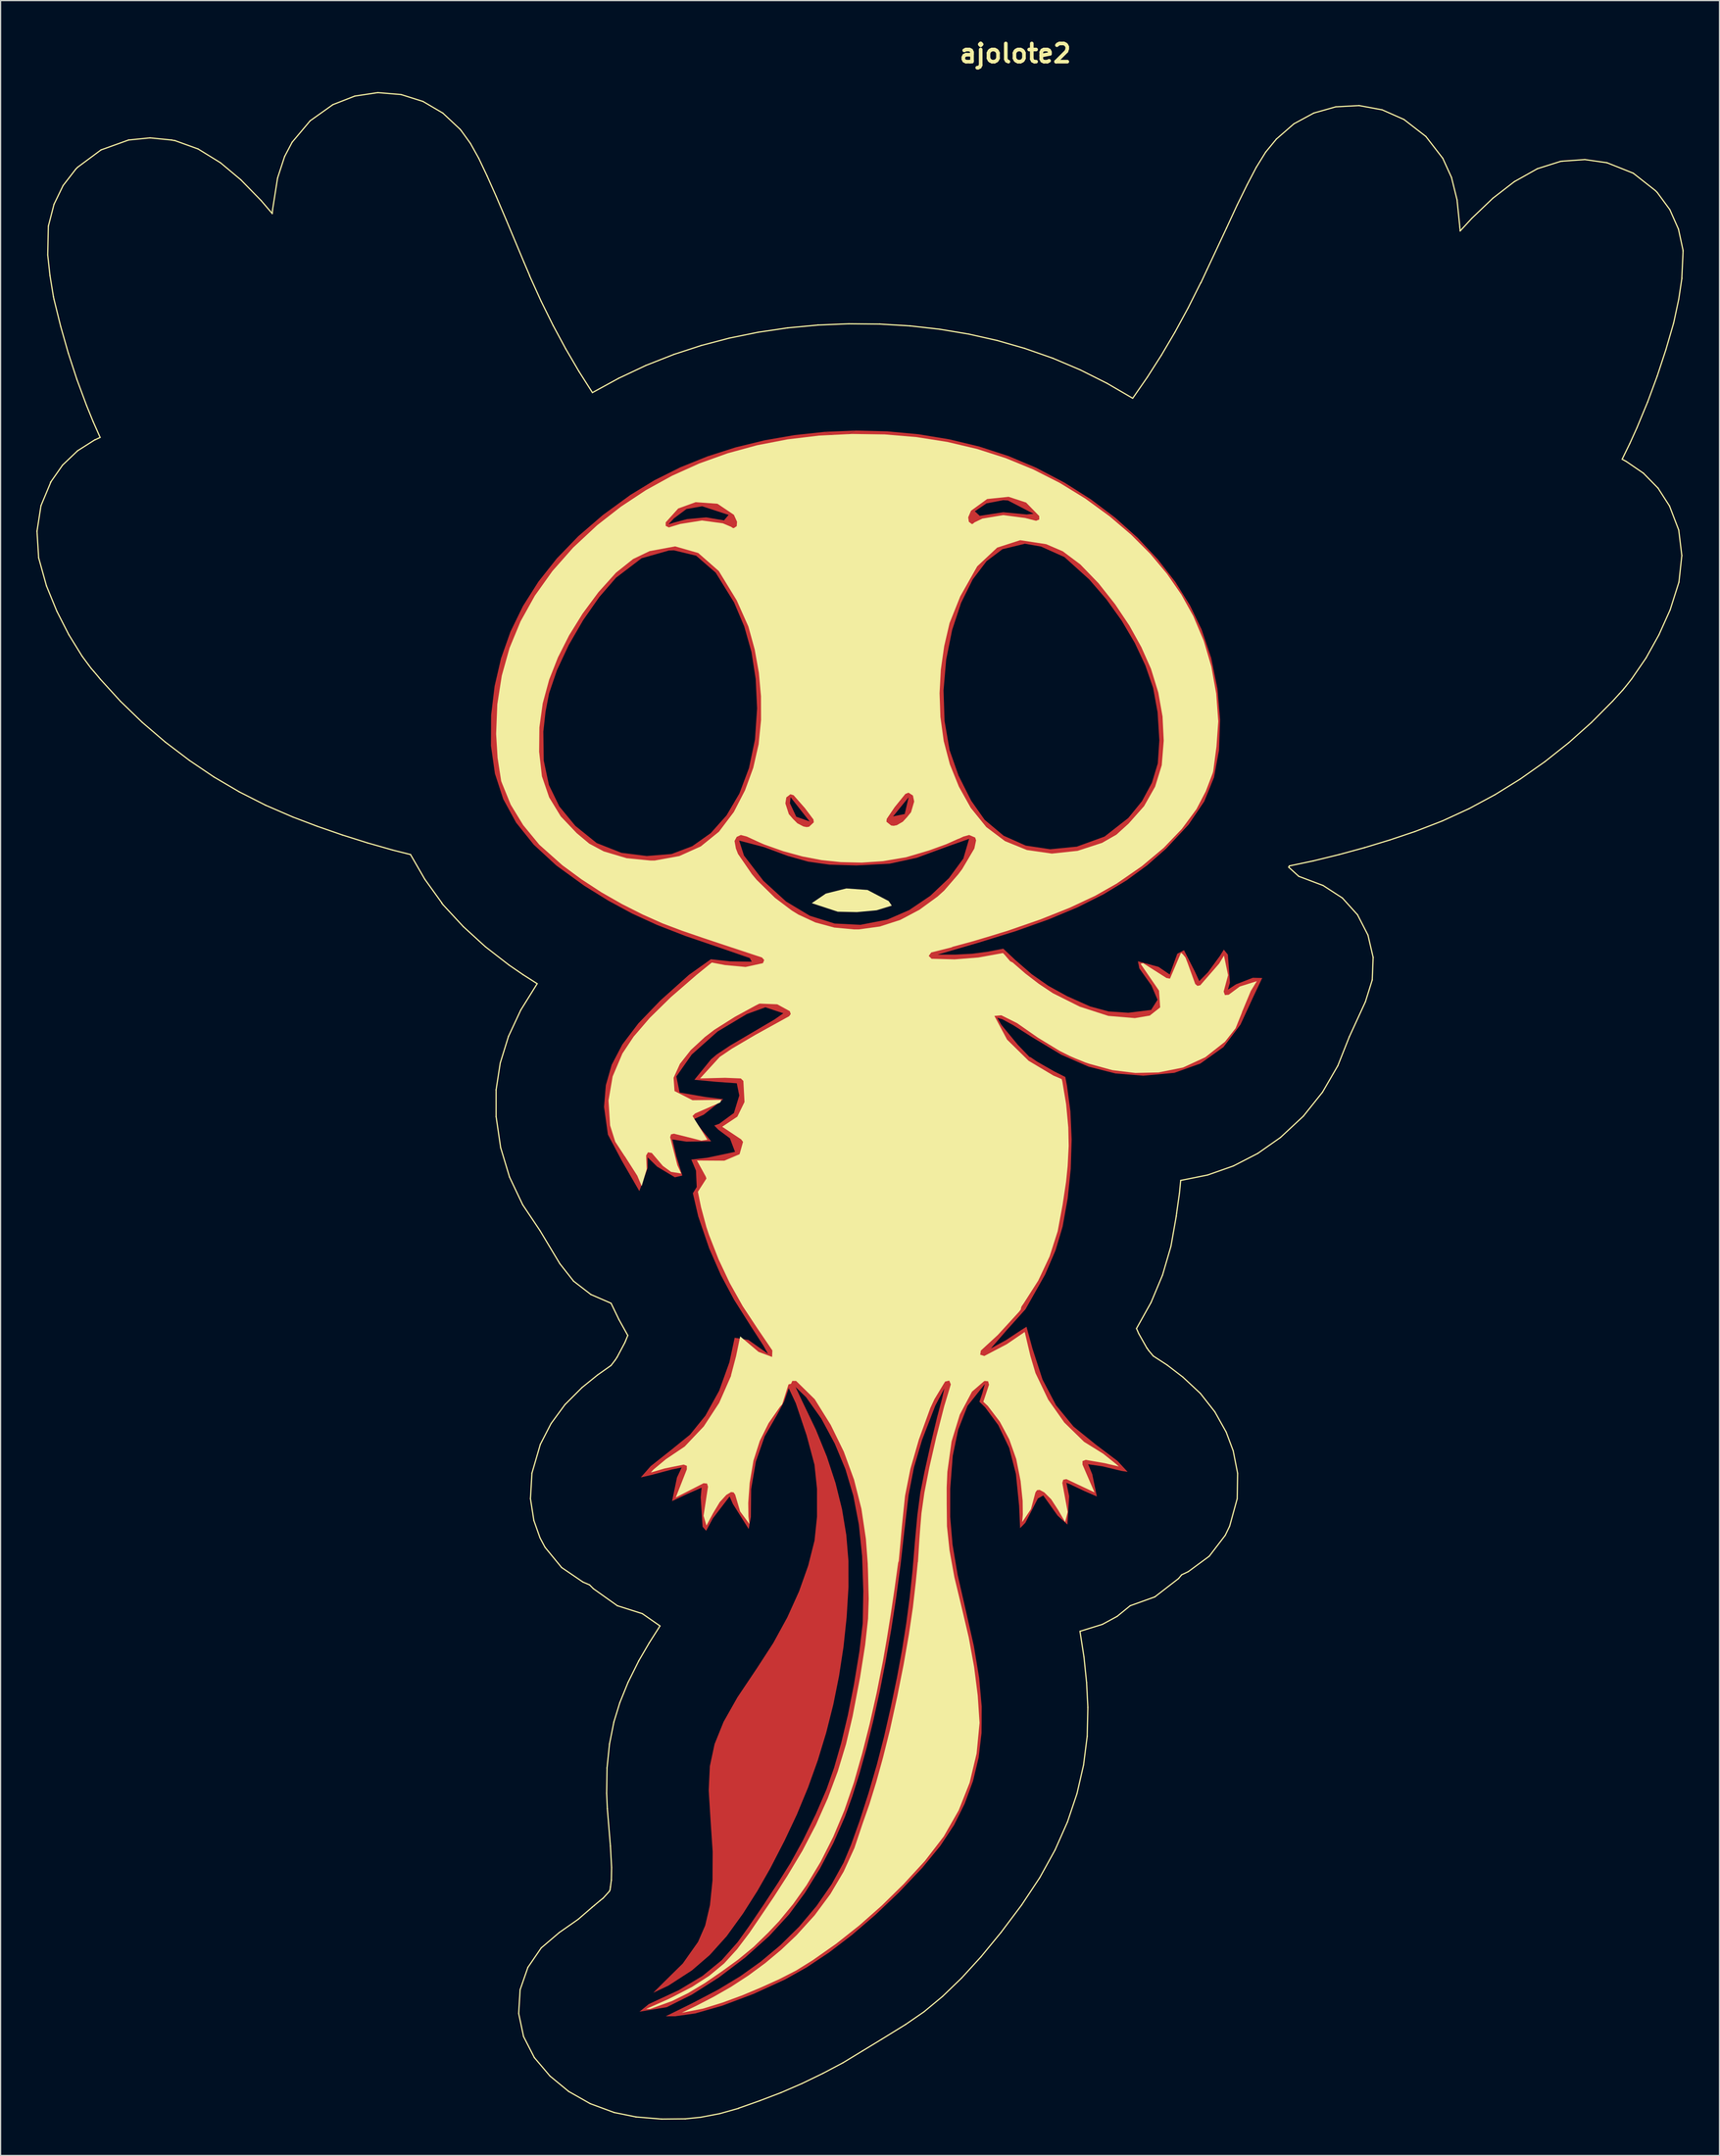
<source format=kicad_pcb>
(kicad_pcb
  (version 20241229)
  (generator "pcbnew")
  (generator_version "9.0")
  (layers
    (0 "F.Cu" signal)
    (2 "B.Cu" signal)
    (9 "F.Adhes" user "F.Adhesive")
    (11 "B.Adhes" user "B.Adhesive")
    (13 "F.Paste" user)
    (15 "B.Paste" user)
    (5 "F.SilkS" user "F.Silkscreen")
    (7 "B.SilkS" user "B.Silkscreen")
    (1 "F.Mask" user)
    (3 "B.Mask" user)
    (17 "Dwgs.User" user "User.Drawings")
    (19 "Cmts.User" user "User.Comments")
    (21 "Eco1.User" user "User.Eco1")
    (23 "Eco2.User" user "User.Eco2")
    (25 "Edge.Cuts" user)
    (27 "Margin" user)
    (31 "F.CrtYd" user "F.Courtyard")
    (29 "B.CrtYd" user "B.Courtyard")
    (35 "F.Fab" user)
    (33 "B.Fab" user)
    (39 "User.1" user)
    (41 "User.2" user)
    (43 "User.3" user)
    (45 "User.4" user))
  (footprint "ajolote2"
    (layer "F.Cu")
    (at 82.024 89.525)
    (property "Reference" "ajolote2" (at 0 -88.098 0) (layer "F.SilkS") (effects (font (size 1.524 1.524) (thickness 0.305))))
    (attr smd)
    (fp_poly (pts (xy -13.397 -56.498) (xy -26.24 -50.154) (xy -24.026 -49.428) (xy -24.408 -48.971) (xy -25.899 -49.222) (xy -27.502 -49.078) (xy -28.602 -48.785) (xy -29.061 -48.642) (xy -28.602 -49.141) (xy -27.556 -49.921) (xy -26.24 -50.154) (xy -13.397 -56.498) (xy -5.505 -29.711) (xy -5.928 -32.155) (xy -6.015 -34.72) (xy -5.794 -37.299) (xy -5.295 -39.781) (xy -4.544 -42.057) (xy -3.572 -44.017) (xy -2.407 -45.553) (xy -1.078 -46.555) (xy 0.805 -47.013) (xy 2.157 -46.776) (xy 4.113 -45.898) (xy 6.193 -44.022) (xy 7.629 -42.356) (xy 8.91 -40.568) (xy 10.008 -38.703) (xy 10.896 -36.811) (xy 11.546 -34.936) (xy 11.923 -32.876) (xy 12.068 -30.543) (xy 11.939 -28.611) (xy 11.448 -26.989) (xy 10.611 -25.439) (xy 9.467 -24.033) (xy 7.477 -22.476) (xy 5.158 -21.633) (xy 2.926 -21.413) (xy 0.866 -21.722) (xy -0.978 -22.546) (xy -2.562 -23.873) (xy -3.694 -25.477) (xy -4.759 -27.59) (xy -5.505 -29.711) (xy -13.397 -56.498) (xy -26.744 -46.011) (xy -25.107 -44.591) (xy -23.566 -42.094) (xy -22.712 -40.08) (xy -22.109 -37.946) (xy -21.753 -35.667) (xy -21.637 -33.217) (xy -21.813 -30.613) (xy -22.316 -28.22) (xy -23.12 -26.084) (xy -24.198 -24.25) (xy -25.523 -22.763) (xy -27.068 -21.669) (xy -28.806 -21.013) (xy -30.886 -20.846) (xy -33.003 -21.113) (xy -35.078 -21.933) (xy -36.867 -23.374) (xy -38.208 -25.004) (xy -39.078 -26.794) (xy -39.513 -28.849) (xy -39.546 -31.269) (xy -39.363 -32.93) (xy -39.065 -34.478) (xy -38.405 -36.419) (xy -37.423 -38.516) (xy -36.209 -40.611) (xy -34.855 -42.549) (xy -33.451 -44.171) (xy -31.315 -45.797) (xy -29.027 -46.445) (xy -28.613 -46.461) (xy -26.744 -46.011) (xy -13.397 -56.498) (xy -8.938 -25.769) (xy -9.268 -24.365) (xy -10.244 -24.165) (xy -8.938 -25.769) (xy -13.397 -56.498) (xy -18.83 -25.758) (xy -18.816 -25.754) (xy -17.235 -23.741) (xy -18.353 -24.138) (xy -18.885 -25.269) (xy -18.83 -25.758) (xy -18.83 -25.758) (xy -13.397 -56.498) (xy -3.873 -22.285) (xy -4.354 -20.637) (xy -5.562 -18.991) (xy -7.121 -17.514) (xy -8.89 -16.318) (xy -10.726 -15.518) (xy -12.975 -15.081) (xy -15.138 -15.188) (xy -17.214 -15.837) (xy -19.204 -17.03) (xy -21.106 -18.767) (xy -22.736 -20.887) (xy -23.139 -22.139) (xy -21.056 -21.59) (xy -19.054 -20.85) (xy -17.354 -20.373) (xy -15.57 -20.122) (xy -13.315 -20.056) (xy -10.52 -20.205) (xy -8.27 -20.694) (xy -5.695 -21.639) (xy -3.873 -22.285) (xy -13.397 -56.498) (xy -15.955 -56.391) (xy -1.009 -50.663) (xy -0.618 -50.638) (xy 1.528 -49.527) (xy 0.95 -49.465) (xy -1.008 -49.651) (xy -2.979 -49.348) (xy -3.392 -49.731) (xy -2.413 -50.396) (xy -1.009 -50.663) (xy -15.955 -56.391) (xy -18.494 -56.119) (xy -20.994 -55.685) (xy -23.438 -55.088) (xy -25.804 -54.33) (xy -28.074 -53.413) (xy -30.229 -52.338) (xy -32.248 -51.106) (xy -34.562 -49.418) (xy -36.619 -47.644) (xy -38.42 -45.78) (xy -39.967 -43.826) (xy -41.261 -41.78) (xy -42.303 -39.641) (xy -43.093 -37.406) (xy -43.632 -35.075) (xy -43.923 -32.645) (xy -43.936 -30.084) (xy -43.605 -27.754) (xy -42.909 -25.619) (xy -16.501 -10.372) (xy -16.96 -10.726) (xy -15.107 -10.731) (xy -13.468 -10.768) (xy -12.128 -10.853) (xy -11.339 -10.908) (xy -11.339 -10.908) (xy -11.001 -10.66) (xy -11.78 -9.996) (xy -14.253 -9.67) (xy -16.501 -10.372) (xy -42.909 -25.619) (xy -41.831 -23.645) (xy -40.353 -21.799) (xy -38.455 -20.047) (xy -36.119 -18.355) (xy -34.095 -17.1) (xy -32.113 -16.028) (xy -30.015 -15.067) (xy -27.644 -14.146) (xy -24.841 -13.191) (xy -22.25 -12.296) (xy -22.087 -11.99) (xy -23.909 -12.021) (xy -25.509 -12.196) (xy -27.342 -10.893) (xy -29.746 -8.737) (xy -31.591 -6.817) (xy -32.931 -5.049) (xy -33.82 -3.35) (xy -34.312 -1.637) (xy -34.461 0.175) (xy -34.137 2.498) (xy -32.965 4.701) (xy -31.882 6.579) (xy -31.503 7.233) (xy -30.802 5.279) (xy -30.802 4.407) (xy -30.01 5.185) (xy -28.524 6.075) (xy -27.901 5.931) (xy -28.399 4.336) (xy -28.735 2.905) (xy -27.568 3.086) (xy -25.485 3.061) (xy -26.219 2.17) (xy -26.952 1.209) (xy -26.112 0.831) (xy -24.478 -0.469) (xy -25.943 -0.651) (xy -28.128 -1.028) (xy -28.402 -2.37) (xy -27.109 -4.215) (xy -24.941 -6.142) (xy -22.496 -7.603) (xy -20.942 -8.168) (xy -19.438 -7.668) (xy -20.179 -7.15) (xy -21.958 -6.103) (xy -23.899 -4.961) (xy -25.027 -4.212) (xy -25.466 -3.836) (xy -25.479 -3.832) (xy -26.89 -2.096) (xy -25.088 -1.926) (xy -23.34 -1.803) (xy -23.13 -0.779) (xy -23.58 0.687) (xy -24.815 1.594) (xy -25.223 1.736) (xy -24.892 2.08) (xy -23.914 2.81) (xy -23.487 3.944) (xy -25.82 4.437) (xy -27.148 4.59) (xy -26.759 5.514) (xy -26.695 6.89) (xy -27.019 7.412) (xy -26.571 9.344) (xy -25.654 12.027) (xy -24.674 14.268) (xy -23.567 16.334) (xy -22.13 18.606) (xy -21.112 20.175) (xy -20.726 20.864) (xy -22.367 19.704) (xy -23.517 19.521) (xy -23.958 21.575) (xy -24.813 23.955) (xy -25.967 26.045) (xy -27.259 27.642) (xy -28.819 28.906) (xy -30.556 30.281) (xy -31.381 31.223) (xy -30.496 31.02) (xy -28.818 30.572) (xy -27.958 30.394) (xy -28.349 31.228) (xy -28.761 33.208) (xy -27.502 32.614) (xy -26.287 32.082) (xy -26.362 32.895) (xy -26.204 35.354) (xy -25.907 35.699) (xy -25.351 34.666) (xy -23.94 32.819) (xy -23.666 33.447) (xy -22.341 35.548) (xy -22.159 34.547) (xy -22.137 32.205) (xy -21.74 29.904) (xy -21.002 27.78) (xy -19.959 25.969) (xy -19.37 24.865) (xy -18.986 23.744) (xy -18.393 25.011) (xy -17.487 27.704) (xy -16.828 30.161) (xy -16.617 32.172) (xy -16.616 34.521) (xy -16.824 36.514) (xy -17.353 38.608) (xy -18.117 40.762) (xy -19.1 42.939) (xy -20.283 45.101) (xy -21.65 47.21) (xy -23.284 49.647) (xy -24.448 51.707) (xy -25.2 53.572) (xy -25.596 55.425) (xy -25.691 57.449) (xy -25.543 59.825) (xy -25.36 62.579) (xy -25.373 64.989) (xy -25.583 67.054) (xy -25.988 68.774) (xy -26.588 70.147) (xy -27.865 71.957) (xy -29.581 73.649) (xy -30.335 74.405) (xy -29.069 73.81) (xy -27.099 72.534) (xy -25.604 71.245) (xy -24.189 69.672) (xy -22.812 67.766) (xy -21.597 65.85) (xy -20.533 63.982) (xy -19.336 61.662) (xy -18.296 59.455) (xy -17.368 57.212) (xy -16.551 54.932) (xy -15.846 52.614) (xy -15.251 50.256) (xy -14.768 47.857) (xy -14.395 45.416) (xy -14.132 42.932) (xy -13.979 40.404) (xy -13.982 38.224) (xy -14.161 36.056) (xy -14.52 33.885) (xy -15.062 31.7) (xy -15.789 29.486) (xy -16.707 27.231) (xy -17.816 24.921) (xy -18.413 23.651) (xy -17.535 24.5) (xy -16.252 26.304) (xy -15.126 28.399) (xy -14.238 30.53) (xy -13.571 32.764) (xy -13.11 35.167) (xy -12.837 37.807) (xy -12.738 40.748) (xy -12.785 43.43) (xy -13.064 45.803) (xy -13.519 48.565) (xy -14.027 51.123) (xy -14.583 53.455) (xy -15.183 55.542) (xy -15.822 57.363) (xy -16.706 59.408) (xy -17.803 61.649) (xy -18.849 63.545) (xy -19.86 65.155) (xy -21.108 67.056) (xy -22.33 68.855) (xy -23.265 70.161) (xy -24.607 71.683) (xy -26.207 72.994) (xy -28.198 74.187) (xy -30.713 75.355) (xy -31.491 75.994) (xy -29.213 75.617) (xy -27.089 74.556) (xy -24.843 73.127) (xy -22.632 71.451) (xy -20.616 69.648) (xy -18.954 67.838) (xy -17.629 66.036) (xy -16.375 64.013) (xy -15.24 61.857) (xy -14.276 59.656) (xy -13.659 57.953) (xy -13.053 56.024) (xy -12.464 53.897) (xy -11.898 51.599) (xy -11.361 49.159) (xy -10.858 46.604) (xy -10.395 43.963) (xy -9.979 41.263) (xy -9.615 38.533) (xy -9.309 35.801) (xy -8.94 32.684) (xy -8.494 30.386) (xy -7.814 28.087) (xy -6.708 25.217) (xy -5.947 23.771) (xy -6.149 24.658) (xy -6.559 26.199) (xy -7.093 28.43) (xy -7.607 30.734) (xy -7.96 32.495) (xy -8.208 34.374) (xy -8.422 36.708) (xy -8.612 39.028) (xy -8.85 41.272) (xy -9.143 43.488) (xy -9.498 45.72) (xy -9.922 48.015) (xy -10.423 50.42) (xy -11.008 52.979) (xy -11.599 55.271) (xy -12.3 57.679) (xy -13.044 59.994) (xy -13.763 62.004) (xy -14.389 63.5) (xy -15.392 65.314) (xy -16.657 67.134) (xy -18.113 68.868) (xy -19.691 70.425) (xy -21.347 71.808) (xy -23.036 73.017) (xy -24.9 74.145) (xy -27.084 75.288) (xy -29.288 76.376) (xy -28.51 76.377) (xy -26.827 76.141) (xy -24.549 75.488) (xy -21.946 74.508) (xy -19.288 73.292) (xy -17.484 72.281) (xy -15.606 71.03) (xy -13.679 69.556) (xy -11.726 67.879) (xy -9.771 66.016) (xy -7.788 63.929) (xy -6.276 62.087) (xy -5.13 60.347) (xy -4.244 58.566) (xy -3.544 56.658) (xy -3.072 54.699) (xy -2.83 52.642) (xy -2.815 50.434) (xy -3.029 48.027) (xy -3.47 45.37) (xy -4.139 42.413) (xy -4.831 39.395) (xy -5.26 36.847) (xy -5.457 34.521) (xy -5.455 32.171) (xy -5.241 29.406) (xy -4.785 27.223) (xy -4.001 25.221) (xy -2.556 23.402) (xy -2.763 24.162) (xy -3.011 24.882) (xy -2.528 25.352) (xy -1.432 26.84) (xy -0.515 28.748) (xy 0.05 30.934) (xy 0.316 33.597) (xy 0.401 35.477) (xy 0.842 35.023) (xy 1.89 32.989) (xy 2.342 32.738) (xy 3.545 34.426) (xy 4.366 35.172) (xy 4.513 32.801) (xy 4.281 31.68) (xy 4.565 31.788) (xy 5.765 32.357) (xy 6.832 32.819) (xy 6.447 30.957) (xy 6.101 30.122) (xy 7.304 30.296) (xy 8.883 30.677) (xy 9.411 30.759) (xy 8.57 29.85) (xy 6.727 28.46) (xy 4.877 26.962) (xy 3.41 25.173) (xy 2.28 23.02) (xy 1.439 20.432) (xy 0.939 18.599) (xy 0.503 18.871) (xy -0.77 19.714) (xy -2.048 20.417) (xy -0.72 18.881) (xy 0.855 17.131) (xy 1.422 16.131) (xy 2.501 14.218) (xy 3.373 12.187) (xy 3.963 10.211) (xy 4.39 7.837) (xy 4.644 5.367) (xy 4.721 2.905) (xy 4.618 0.555) (xy 4.332 -1.577) (xy 4.188 -2.33) (xy 3.267 -2.794) (xy 1.804 -3.629) (xy 1.261 -4) (xy 1.196 -4) (xy 0.209 -5.03) (xy -1.167 -6.699) (xy -1.51 -7.289) (xy -1.076 -7.161) (xy -0.169 -6.668) (xy 1.403 -5.665) (xy 3.852 -4.196) (xy 6.137 -3.197) (xy 8.386 -2.625) (xy 10.726 -2.437) (xy 13.322 -2.676) (xy 15.51 -3.458) (xy 17.444 -4.839) (xy 18.872 -6.729) (xy 19.959 -9.085) (xy 20.689 -10.625) (xy 19.896 -10.643) (xy 18.487 -10.092) (xy 17.814 -9.649) (xy 17.983 -10.237) (xy 17.811 -12.581) (xy 17.47 -13.002) (xy 17.134 -12.464) (xy 16.14 -11.104) (xy 15.413 -10.368) (xy 15.039 -11.176) (xy 14.135 -12.95) (xy 13.568 -12.654) (xy 12.937 -10.918) (xy 11.997 -11.559) (xy 10.272 -12.025) (xy 10.391 -11.432) (xy 11.4 -10.006) (xy 11.918 -8.802) (xy 11.378 -7.95) (xy 9.469 -7.712) (xy 7.808 -7.824) (xy 6.263 -8.243) (xy 4.333 -9.106) (xy 2.779 -9.962) (xy 1.379 -10.94) (xy 0.000058 -12.132) (xy -1.008 -13.081) (xy -2.292 -12.831) (xy -3.629 -12.655) (xy -5.042 -12.583) (xy -6.509 -12.583) (xy -3.117 -13.572) (xy 0.019 -14.544) (xy 2.785 -15.531) (xy 5.227 -16.554) (xy 7.387 -17.636) (xy 9.312 -18.799) (xy 11.044 -20.065) (xy 12.628 -21.456) (xy 14.521 -23.48) (xy 15.832 -25.422) (xy 16.651 -27.448) (xy 17.07 -29.728) (xy 17.159 -32.28) (xy 16.935 -34.883) (xy 16.413 -37.435) (xy 15.607 -39.832) (xy 14.631 -41.854) (xy 13.402 -43.819) (xy 11.937 -45.708) (xy 10.256 -47.504) (xy 8.378 -49.187) (xy 6.32 -50.74) (xy 4.102 -52.145) (xy 1.742 -53.384) (xy -0.581 -54.362) (xy -3.013 -55.155) (xy -5.532 -55.763) (xy -8.117 -56.189) (xy -10.746 -56.433) (xy -13.397 -56.498) (xy -13.397 -56.498)) (stroke (width 0) (type solid)) (fill yes) (layer "F.Cu"))
    (fp_poly (pts (xy -30.817 -27.47) (xy -31.338 -28.09) (xy -31.32 -28.982) (xy -30.457 -29.662) (xy -29.637 -29.017) (xy -29.654 -28.039) (xy -30.469 -27.404) (xy -30.817 -27.47) (xy -30.817 -27.47)) (stroke (width 0) (type solid)) (fill yes) (layer "F.Mask"))
    (fp_poly (pts (xy -1.399 -27.204) (xy -2.091 -27.839) (xy -2.192 -28.407) (xy -2.123 -28.911) (xy -1.048 -29.348) (xy -0.779 -29.157) (xy -0.388 -28.292) (xy -0.419 -27.821) (xy -1.399 -27.204)) (stroke (width 0) (type solid)) (fill yes) (layer "F.Mask"))
    (fp_poly (pts (xy -29.856 -30.469) (xy -30.259 -30.734) (xy -30.59 -32.845) (xy -29.781 -34.286) (xy -28.956 -34.681) (xy -28.545 -34.608) (xy -27.86 -33.37) (xy -28.277 -31.464) (xy -29.153 -30.568) (xy -29.856 -30.469)) (stroke (width 0) (type solid)) (fill yes) (layer "F.Mask"))
    (fp_poly (pts (xy -1.758 -30.413) (xy -2.83 -31.984) (xy -2.795 -33.496) (xy -2.003 -34.662) (xy -1.024 -34.524) (xy -0.5 -33.825) (xy -0.281 -31.567) (xy -1.124 -30.421) (xy -1.758 -30.413) (xy -1.758 -30.413)) (stroke (width 0) (type solid)) (fill yes) (layer "F.Mask"))
    (fp_poly (pts (xy -32.38 -22.642) (xy -34.019 -23.182) (xy -35.429 -24.177) (xy -36.641 -25.648) (xy -37.488 -27.762) (xy -37.728 -29.743) (xy -37.68 -31.808) (xy -37.353 -33.895) (xy -36.758 -35.945) (xy -35.902 -37.897) (xy -35.003 -39.428) (xy -33.945 -40.839) (xy -32.64 -42.251) (xy -31.353 -43.432) (xy -30.291 -44.127) (xy -28.367 -44.552) (xy -26.696 -43.618) (xy -25.186 -41.271) (xy -24.493 -39.494) (xy -24.023 -37.523) (xy -23.759 -35.279) (xy -23.726 -34.544) (xy -23.885 -34.803) (xy -24.725 -35.977) (xy -25.755 -36.799) (xy -27.512 -37.211) (xy -29.011 -36.907) (xy -30.397 -35.859) (xy -31.77 -33.978) (xy -32.55 -31.705) (xy -32.743 -29.025) (xy -32.603 -27.547) (xy -32.229 -26.255) (xy -31.008 -24.17) (xy -29.327 -23.039) (xy -28.841 -22.882) (xy -29.1 -22.807) (xy -30.73 -22.567) (xy -32.38 -22.642)) (stroke (width 0) (type solid)) (fill yes) (layer "F.Mask"))
    (fp_poly (pts (xy 3.156 -23.159) (xy 2.705 -23.209) (xy 1.487 -23.443) (xy 1.341 -23.491) (xy 1.487 -23.494) (xy 3.163 -23.901) (xy 4.146 -24.597) (xy 5.362 -26.634) (xy 5.798 -29.347) (xy 5.457 -31.843) (xy 4.991 -33.307) (xy 4.401 -34.542) (xy 2.782 -36.515) (xy 0.827 -37.616) (xy -0.668 -37.679) (xy -1.851 -37.283) (xy -2.964 -36.337) (xy -3.779 -34.922) (xy -3.885 -34.679) (xy -3.826 -36.607) (xy -3.539 -38.8) (xy -3.006 -40.786) (xy -2.231 -42.555) (xy -1.079 -44.216) (xy -0.772 -44.532) (xy 0.954 -45.143) (xy 2.711 -44.532) (xy 3.144 -44.243) (xy 4.176 -43.463) (xy 5.344 -42.363) (xy 6.883 -40.616) (xy 8.132 -38.754) (xy 9.099 -36.764) (xy 9.702 -34.875) (xy 10.105 -32.81) (xy 10.222 -30.223) (xy 9.931 -27.937) (xy 9.145 -26.172) (xy 7.913 -24.703) (xy 6.447 -23.724) (xy 4.724 -23.221) (xy 3.156 -23.159) (xy 3.156 -23.159)) (stroke (width 0) (type solid)) (fill yes) (layer "F.Mask"))
    (fp_poly (pts (xy -46.542 -29.601) (xy -48.302 -29.983) (xy -50.504 -30.587) (xy -52.896 -31.335) (xy -55.228 -32.149) (xy -57.251 -32.951) (xy -59.579 -34.05) (xy -61.826 -35.296) (xy -63.945 -36.661) (xy -65.886 -38.111) (xy -67.603 -39.617) (xy -69.038 -41.15) (xy -70.363 -42.855) (xy -71.448 -44.547) (xy -72.165 -46.044) (xy -72.464 -47.079) (xy -71.311 -46.476) (xy -69.184 -45.258) (xy -66.966 -44.11) (xy -64.687 -43.044) (xy -62.381 -42.073) (xy -60.076 -41.209) (xy -57.806 -40.465) (xy -55.601 -39.852) (xy -53.491 -39.384) (xy -50.921 -39.067) (xy -49.278 -39.026) (xy -51.19 -40.282) (xy -53.127 -41.557) (xy -54.93 -42.886) (xy -56.628 -44.293) (xy -58.248 -45.806) (xy -59.82 -47.452) (xy -61.37 -49.256) (xy -62.929 -51.245) (xy -64.469 -53.385) (xy -65.859 -55.516) (xy -67.107 -57.649) (xy -68.216 -59.794) (xy -69.192 -61.964) (xy -70.042 -64.169) (xy -70.769 -66.421) (xy -71.381 -68.731) (xy -71.714 -71.259) (xy -71.085 -70.694) (xy -69.612 -69.076) (xy -67.401 -66.523) (xy -65.869 -64.741) (xy -64.407 -63.064) (xy -63.332 -61.856) (xy -61.664 -60.078) (xy -59.844 -58.241) (xy -57.936 -56.403) (xy -56.002 -54.623) (xy -54.104 -52.96) (xy -52.307 -51.474) (xy -50.22 -49.891) (xy -48.164 -48.465) (xy -46.559 -47.471) (xy -45.823 -47.186) (xy -46.137 -47.817) (xy -47.319 -49.703) (xy -48.454 -51.837) (xy -49.522 -54.166) (xy -50.503 -56.635) (xy -51.379 -59.192) (xy -52.128 -61.783) (xy -52.731 -64.354) (xy -53.168 -66.851) (xy -53.383 -69.068) (xy -53.467 -71.464) (xy -53.416 -73.539) (xy -53.226 -74.794) (xy -52.908 -74.903) (xy -52.581 -74.037) (xy -51.783 -72.084) (xy -50.787 -69.707) (xy -49.867 -67.565) (xy -48.96 -65.578) (xy -47.906 -63.407) (xy -46.795 -61.228) (xy -45.715 -59.215) (xy -44.756 -57.54) (xy -43.583 -55.651) (xy -42.419 -53.919) (xy -41.15 -52.18) (xy -39.663 -50.274) (xy -38.15 -48.382) (xy -39.113 -47.375) (xy -40.637 -45.599) (xy -42 -43.644) (xy -43.171 -41.566) (xy -44.119 -39.42) (xy -44.813 -37.261) (xy -45.166 -35.653) (xy -45.38 -33.982) (xy -45.497 -31.908) (xy -45.583 -29.44) (xy -46.542 -29.601)) (stroke (width 0) (type solid)) (fill yes) (layer "F.Mask"))
    (fp_poly (pts (xy 18.714 -29.515) (xy 18.781 -32.19) (xy 18.663 -34.727) (xy 18.212 -37.197) (xy 17.501 -39.55) (xy 16.503 -41.878) (xy 15.379 -43.926) (xy 14.112 -45.784) (xy 12.705 -47.446) (xy 12.208 -47.972) (xy 12.427 -48.241) (xy 14.001 -50.041) (xy 15.362 -51.632) (xy 16.658 -53.262) (xy 17.905 -54.957) (xy 19.119 -56.743) (xy 20.315 -58.646) (xy 21.51 -60.691) (xy 22.718 -62.906) (xy 23.957 -65.315) (xy 25.241 -67.946) (xy 26.586 -70.823) (xy 27.637 -73.072) (xy 28.113 -74.009) (xy 28.338 -73.354) (xy 28.403 -71.397) (xy 28.334 -69.303) (xy 28.136 -67.321) (xy 27.79 -65.295) (xy 27.273 -63.067) (xy 26.678 -60.919) (xy 26.004 -58.811) (xy 25.256 -56.759) (xy 24.438 -54.777) (xy 23.558 -52.879) (xy 22.573 -50.964) (xy 21.611 -49.3) (xy 20.53 -47.639) (xy 19.79 -46.438) (xy 20.564 -46.709) (xy 22.252 -47.676) (xy 24.406 -49.065) (xy 26.581 -50.603) (xy 28.385 -51.979) (xy 30.114 -53.359) (xy 31.797 -54.771) (xy 33.463 -56.241) (xy 35.14 -57.795) (xy 36.858 -59.461) (xy 38.646 -61.266) (xy 40.531 -63.235) (xy 42.544 -65.397) (xy 44.561 -67.546) (xy 46.049 -69.053) (xy 46.674 -69.578) (xy 46.44 -68.285) (xy 45.977 -66.378) (xy 45.228 -64.045) (xy 44.36 -61.778) (xy 43.364 -59.564) (xy 42.234 -57.392) (xy 40.962 -55.248) (xy 39.541 -53.121) (xy 37.963 -50.999) (xy 36.222 -48.869) (xy 34.31 -46.719) (xy 32.621 -44.996) (xy 30.87 -43.428) (xy 28.996 -41.966) (xy 26.937 -40.564) (xy 24.633 -39.174) (xy 22.96 -38.132) (xy 24.571 -38.11) (xy 26.673 -38.26) (xy 28.277 -38.537) (xy 30.241 -38.948) (xy 32.67 -39.575) (xy 35.013 -40.277) (xy 37.02 -40.979) (xy 39.063 -41.783) (xy 41.097 -42.668) (xy 43.078 -43.615) (xy 44.961 -44.606) (xy 46.418 -45.356) (xy 45.718 -43.528) (xy 44.808 -42.045) (xy 43.541 -40.377) (xy 42.008 -38.729) (xy 40.236 -37.16) (xy 38.247 -35.682) (xy 36.06 -34.309) (xy 33.696 -33.056) (xy 31.176 -31.937) (xy 28.944 -31.125) (xy 26.371 -30.332) (xy 23.719 -29.629) (xy 21.248 -29.083) (xy 19.218 -28.765) (xy 18.64 -28.703) (xy 18.714 -29.515)) (stroke (width 0) (type solid)) (fill yes) (layer "F.Mask"))
    (fp_line (start -81.974 -48.062) (end -81.835 -45.832) (stroke (width 0.1) (type solid)) (layer "F.SilkS"))
    (fp_line (start -81.835 -45.832) (end -81.181 -43.484) (stroke (width 0.1) (type solid)) (layer "F.SilkS"))
    (fp_line (start -81.64 -50.205) (end -81.974 -48.062) (stroke (width 0.1) (type solid)) (layer "F.SilkS"))
    (fp_line (start -81.181 -43.484) (end -80.311 -41.361) (stroke (width 0.1) (type solid)) (layer "F.SilkS"))
    (fp_line (start -81.075 -71.213) (end -80.886 -69.486) (stroke (width 0.1) (type solid)) (layer "F.SilkS"))
    (fp_line (start -81.022 -73.62) (end -81.075 -71.213) (stroke (width 0.1) (type solid)) (layer "F.SilkS"))
    (fp_line (start -80.995 -73.726) (end -81.022 -73.62) (stroke (width 0.1) (type solid)) (layer "F.SilkS"))
    (fp_line (start -80.886 -69.486) (end -80.598 -67.72) (stroke (width 0.1) (type solid)) (layer "F.SilkS"))
    (fp_line (start -80.837 -52.163) (end -80.81 -52.189) (stroke (width 0.1) (type solid)) (layer "F.SilkS"))
    (fp_line (start -80.81 -52.189) (end -81.64 -50.205) (stroke (width 0.1) (type solid)) (layer "F.SilkS"))
    (fp_line (start -80.598 -67.72) (end -80.546 -67.482) (stroke (width 0.1) (type solid)) (layer "F.SilkS"))
    (fp_line (start -80.547 -75.458) (end -80.995 -73.726) (stroke (width 0.1) (type solid)) (layer "F.SilkS"))
    (fp_line (start -80.546 -67.482) (end -79.989 -65.226) (stroke (width 0.1) (type solid)) (layer "F.SilkS"))
    (fp_line (start -80.311 -41.361) (end -79.307 -39.39) (stroke (width 0.1) (type solid)) (layer "F.SilkS"))
    (fp_line (start -79.989 -65.226) (end -79.352 -62.987) (stroke (width 0.1) (type solid)) (layer "F.SilkS"))
    (fp_line (start -79.828 -53.606) (end -80.837 -52.163) (stroke (width 0.1) (type solid)) (layer "F.SilkS"))
    (fp_line (start -79.786 -77.03) (end -80.547 -75.458) (stroke (width 0.1) (type solid)) (layer "F.SilkS"))
    (fp_line (start -79.352 -62.987) (end -78.629 -60.774) (stroke (width 0.1) (type solid)) (layer "F.SilkS"))
    (fp_line (start -79.307 -39.39) (end -78.191 -37.584) (stroke (width 0.1) (type solid)) (layer "F.SilkS"))
    (fp_line (start -78.72 -78.409) (end -79.786 -77.03) (stroke (width 0.1) (type solid)) (layer "F.SilkS"))
    (fp_line (start -78.629 -60.774) (end -77.82 -58.592) (stroke (width 0.1) (type solid)) (layer "F.SilkS"))
    (fp_line (start -78.573 -54.803) (end -79.828 -53.606) (stroke (width 0.1) (type solid)) (layer "F.SilkS"))
    (fp_line (start -78.561 -78.568) (end -78.72 -78.409) (stroke (width 0.1) (type solid)) (layer "F.SilkS"))
    (fp_line (start -78.191 -37.584) (end -77.662 -36.87) (stroke (width 0.1) (type solid)) (layer "F.SilkS"))
    (fp_line (start -77.82 -58.592) (end -77.271 -57.246) (stroke (width 0.1) (type solid)) (layer "F.SilkS"))
    (fp_line (start -77.662 -36.87) (end -77.423 -36.552) (stroke (width 0.1) (type solid)) (layer "F.SilkS"))
    (fp_line (start -77.423 -36.552) (end -77.212 -36.314) (stroke (width 0.1) (type solid)) (layer "F.SilkS"))
    (fp_line (start -77.271 -57.246) (end -76.683 -55.92) (stroke (width 0.1) (type solid)) (layer "F.SilkS"))
    (fp_line (start -77.212 -36.314) (end -76.788 -35.811) (stroke (width 0.1) (type solid)) (layer "F.SilkS"))
    (fp_line (start -77.106 -55.734) (end -78.573 -54.803) (stroke (width 0.1) (type solid)) (layer "F.SilkS"))
    (fp_line (start -77.079 -55.734) (end -77.106 -55.734) (stroke (width 0.1) (type solid)) (layer "F.SilkS"))
    (fp_line (start -76.788 -35.811) (end -76.683 -35.679) (stroke (width 0.1) (type solid)) (layer "F.SilkS"))
    (fp_line (start -76.683 -55.92) (end -77.079 -55.734) (stroke (width 0.1) (type solid)) (layer "F.SilkS"))
    (fp_line (start -76.683 -35.679) (end -74.977 -33.809) (stroke (width 0.1) (type solid)) (layer "F.SilkS"))
    (fp_line (start -76.61 -80.013) (end -78.561 -78.568) (stroke (width 0.1) (type solid)) (layer "F.SilkS"))
    (fp_line (start -74.977 -33.809) (end -73.157 -32.048) (stroke (width 0.1) (type solid)) (layer "F.SilkS"))
    (fp_line (start -74.301 -80.843) (end -76.61 -80.013) (stroke (width 0.1) (type solid)) (layer "F.SilkS"))
    (fp_line (start -73.157 -32.048) (end -71.228 -30.396) (stroke (width 0.1) (type solid)) (layer "F.SilkS"))
    (fp_line (start -72.502 -81.022) (end -74.301 -80.843) (stroke (width 0.1) (type solid)) (layer "F.SilkS"))
    (fp_line (start -71.228 -30.396) (end -69.195 -28.853) (stroke (width 0.1) (type solid)) (layer "F.SilkS"))
    (fp_line (start -70.703 -80.843) (end -72.502 -81.022) (stroke (width 0.1) (type solid)) (layer "F.SilkS"))
    (fp_line (start -70.438 -80.791) (end -70.703 -80.843) (stroke (width 0.1) (type solid)) (layer "F.SilkS"))
    (fp_line (start -70.412 -80.791) (end -70.438 -80.791) (stroke (width 0.1) (type solid)) (layer "F.SilkS"))
    (fp_line (start -69.195 -28.853) (end -67.147 -27.469) (stroke (width 0.1) (type solid)) (layer "F.SilkS"))
    (fp_line (start -68.477 -80.093) (end -70.412 -80.791) (stroke (width 0.1) (type solid)) (layer "F.SilkS"))
    (fp_line (start -67.147 -27.469) (end -65.018 -26.217) (stroke (width 0.1) (type solid)) (layer "F.SilkS"))
    (fp_line (start -66.602 -78.938) (end -68.477 -80.093) (stroke (width 0.1) (type solid)) (layer "F.SilkS"))
    (fp_line (start -65.018 -26.217) (end -62.814 -25.099) (stroke (width 0.1) (type solid)) (layer "F.SilkS"))
    (fp_line (start -64.895 -77.51) (end -66.602 -78.938) (stroke (width 0.1) (type solid)) (layer "F.SilkS"))
    (fp_line (start -63.189 -75.763) (end -64.895 -77.51) (stroke (width 0.1) (type solid)) (layer "F.SilkS"))
    (fp_line (start -62.814 -25.099) (end -60.543 -24.117) (stroke (width 0.1) (type solid)) (layer "F.SilkS"))
    (fp_line (start -62.263 -74.679) (end -63.189 -75.763) (stroke (width 0.1) (type solid)) (layer "F.SilkS"))
    (fp_line (start -62.236 -74.996) (end -62.263 -74.679) (stroke (width 0.1) (type solid)) (layer "F.SilkS"))
    (fp_line (start -61.817 -77.658) (end -62.236 -74.996) (stroke (width 0.1) (type solid)) (layer "F.SilkS"))
    (fp_line (start -61.227 -79.461) (end -61.817 -77.658) (stroke (width 0.1) (type solid)) (layer "F.SilkS"))
    (fp_line (start -60.596 -80.658) (end -61.227 -79.461) (stroke (width 0.1) (type solid)) (layer "F.SilkS"))
    (fp_line (start -60.543 -24.117) (end -58.481 -23.333) (stroke (width 0.1) (type solid)) (layer "F.SilkS"))
    (fp_line (start -59.088 -82.451) (end -60.596 -80.658) (stroke (width 0.1) (type solid)) (layer "F.SilkS"))
    (fp_line (start -58.481 -23.333) (end -56.389 -22.609) (stroke (width 0.1) (type solid)) (layer "F.SilkS"))
    (fp_line (start -57.183 -83.807) (end -59.088 -82.451) (stroke (width 0.1) (type solid)) (layer "F.SilkS"))
    (fp_line (start -56.389 -22.609) (end -54.277 -21.944) (stroke (width 0.1) (type solid)) (layer "F.SilkS"))
    (fp_line (start -55.342 -84.526) (end -57.183 -83.807) (stroke (width 0.1) (type solid)) (layer "F.SilkS"))
    (fp_line (start -54.277 -21.944) (end -52.156 -21.339) (stroke (width 0.1) (type solid)) (layer "F.SilkS"))
    (fp_line (start -53.414 -84.816) (end -55.342 -84.526) (stroke (width 0.1) (type solid)) (layer "F.SilkS"))
    (fp_line (start -52.156 -21.339) (end -50.674 -20.968) (stroke (width 0.1) (type solid)) (layer "F.SilkS"))
    (fp_line (start -51.468 -84.653) (end -53.414 -84.816) (stroke (width 0.1) (type solid)) (layer "F.SilkS"))
    (fp_line (start -50.674 -20.968) (end -49.483 -18.904) (stroke (width 0.1) (type solid)) (layer "F.SilkS"))
    (fp_line (start -49.632 -84.075) (end -51.468 -84.653) (stroke (width 0.1) (type solid)) (layer "F.SilkS"))
    (fp_line (start -49.483 -18.904) (end -48.055 -16.92) (stroke (width 0.1) (type solid)) (layer "F.SilkS"))
    (fp_line (start -48.055 -16.92) (end -48.055 -16.894) (stroke (width 0.1) (type solid)) (layer "F.SilkS"))
    (fp_line (start -48.055 -16.894) (end -47.949 -16.761) (stroke (width 0.1) (type solid)) (layer "F.SilkS"))
    (fp_line (start -47.967 -83.097) (end -49.632 -84.075) (stroke (width 0.1) (type solid)) (layer "F.SilkS"))
    (fp_line (start -47.949 -16.761) (end -46.251 -14.928) (stroke (width 0.1) (type solid)) (layer "F.SilkS"))
    (fp_line (start -46.52 -81.743) (end -47.967 -83.097) (stroke (width 0.1) (type solid)) (layer "F.SilkS"))
    (fp_line (start -46.414 -81.611) (end -46.52 -81.743) (stroke (width 0.1) (type solid)) (layer "F.SilkS"))
    (fp_line (start -46.251 -14.928) (end -44.4 -13.241) (stroke (width 0.1) (type solid)) (layer "F.SilkS"))
    (fp_line (start -45.657 -80.559) (end -46.414 -81.611) (stroke (width 0.1) (type solid)) (layer "F.SilkS"))
    (fp_line (start -44.959 -79.309) (end -45.657 -80.559) (stroke (width 0.1) (type solid)) (layer "F.SilkS"))
    (fp_line (start -44.4 -13.241) (end -42.419 -11.708) (stroke (width 0.1) (type solid)) (layer "F.SilkS"))
    (fp_line (start -44.262 -77.836) (end -44.959 -79.309) (stroke (width 0.1) (type solid)) (layer "F.SilkS"))
    (fp_line (start -43.504 -1.258) (end -43.504 0.992) (stroke (width 0.1) (type solid)) (layer "F.SilkS"))
    (fp_line (start -43.504 0.992) (end -43.123 3.59) (stroke (width 0.1) (type solid)) (layer "F.SilkS"))
    (fp_line (start -43.495 -76.116) (end -44.262 -77.836) (stroke (width 0.1) (type solid)) (layer "F.SilkS"))
    (fp_line (start -43.158 -3.5) (end -43.504 -1.258) (stroke (width 0.1) (type solid)) (layer "F.SilkS"))
    (fp_line (start -43.123 3.59) (end -42.379 6.056) (stroke (width 0.1) (type solid)) (layer "F.SilkS"))
    (fp_line (start -42.657 -74.149) (end -43.495 -76.116) (stroke (width 0.1) (type solid)) (layer "F.SilkS"))
    (fp_line (start -42.468 -5.731) (end -43.158 -3.5) (stroke (width 0.1) (type solid)) (layer "F.SilkS"))
    (fp_line (start -42.419 -11.708) (end -41.252 -10.907) (stroke (width 0.1) (type solid)) (layer "F.SilkS"))
    (fp_line (start -42.379 6.056) (end -41.279 8.378) (stroke (width 0.1) (type solid)) (layer "F.SilkS"))
    (fp_line (start -41.614 76.142) (end -41.205 78.075) (stroke (width 0.1) (type solid)) (layer "F.SilkS"))
    (fp_line (start -41.493 74.149) (end -41.614 76.142) (stroke (width 0.1) (type solid)) (layer "F.SilkS"))
    (fp_line (start -41.435 -7.947) (end -42.468 -5.731) (stroke (width 0.1) (type solid)) (layer "F.SilkS"))
    (fp_line (start -41.279 8.378) (end -39.826 10.544) (stroke (width 0.1) (type solid)) (layer "F.SilkS"))
    (fp_line (start -41.252 -10.907) (end -40.064 -10.147) (stroke (width 0.1) (type solid)) (layer "F.SilkS"))
    (fp_line (start -41.205 78.075) (end -40.302 79.838) (stroke (width 0.1) (type solid)) (layer "F.SilkS"))
    (fp_line (start -41.172 -70.601) (end -42.657 -74.149) (stroke (width 0.1) (type solid)) (layer "F.SilkS"))
    (fp_line (start -40.842 72.279) (end -41.493 74.149) (stroke (width 0.1) (type solid)) (layer "F.SilkS"))
    (fp_line (start -40.699 -69.493) (end -41.172 -70.601) (stroke (width 0.1) (type solid)) (layer "F.SilkS"))
    (fp_line (start -40.699 -69.466) (end -40.699 -69.493) (stroke (width 0.1) (type solid)) (layer "F.SilkS"))
    (fp_line (start -40.627 33.007) (end -40.343 34.826) (stroke (width 0.1) (type solid)) (layer "F.SilkS"))
    (fp_line (start -40.503 30.87) (end -40.627 33.007) (stroke (width 0.1) (type solid)) (layer "F.SilkS"))
    (fp_line (start -40.343 34.826) (end -39.826 36.288) (stroke (width 0.1) (type solid)) (layer "F.SilkS"))
    (fp_line (start -40.302 79.838) (end -38.992 81.383) (stroke (width 0.1) (type solid)) (layer "F.SilkS"))
    (fp_line (start -40.064 -10.147) (end -41.435 -7.947) (stroke (width 0.1) (type solid)) (layer "F.SilkS"))
    (fp_line (start -39.826 10.544) (end -38.159 13.322) (stroke (width 0.1) (type solid)) (layer "F.SilkS"))
    (fp_line (start -39.826 36.288) (end -39.403 37.081) (stroke (width 0.1) (type solid)) (layer "F.SilkS"))
    (fp_line (start -39.8 28.456) (end -40.503 30.87) (stroke (width 0.1) (type solid)) (layer "F.SilkS"))
    (fp_line (start -39.738 -67.346) (end -40.699 -69.466) (stroke (width 0.1) (type solid)) (layer "F.SilkS"))
    (fp_line (start -39.727 70.649) (end -40.842 72.279) (stroke (width 0.1) (type solid)) (layer "F.SilkS"))
    (fp_line (start -39.403 37.081) (end -38.014 38.775) (stroke (width 0.1) (type solid)) (layer "F.SilkS"))
    (fp_line (start -38.992 81.383) (end -37.422 82.676) (stroke (width 0.1) (type solid)) (layer "F.SilkS"))
    (fp_line (start -38.9 26.71) (end -39.8 28.456) (stroke (width 0.1) (type solid)) (layer "F.SilkS"))
    (fp_line (start -38.728 -65.304) (end -39.738 -67.346) (stroke (width 0.1) (type solid)) (layer "F.SilkS"))
    (fp_line (start -38.212 69.361) (end -39.727 70.649) (stroke (width 0.1) (type solid)) (layer "F.SilkS"))
    (fp_line (start -38.159 13.322) (end -37.013 14.779) (stroke (width 0.1) (type solid)) (layer "F.SilkS"))
    (fp_line (start -38.014 38.775) (end -36.228 39.992) (stroke (width 0.1) (type solid)) (layer "F.SilkS"))
    (fp_line (start -37.736 25.122) (end -38.9 26.71) (stroke (width 0.1) (type solid)) (layer "F.SilkS"))
    (fp_line (start -37.672 -63.344) (end -38.728 -65.304) (stroke (width 0.1) (type solid)) (layer "F.SilkS"))
    (fp_line (start -37.422 82.676) (end -35.618 83.7) (stroke (width 0.1) (type solid)) (layer "F.SilkS"))
    (fp_line (start -37.013 14.779) (end -35.566 15.895) (stroke (width 0.1) (type solid)) (layer "F.SilkS"))
    (fp_line (start -36.625 68.249) (end -38.212 69.361) (stroke (width 0.1) (type solid)) (layer "F.SilkS"))
    (fp_line (start -36.573 -61.467) (end -37.672 -63.344) (stroke (width 0.1) (type solid)) (layer "F.SilkS"))
    (fp_line (start -36.307 23.693) (end -37.736 25.122) (stroke (width 0.1) (type solid)) (layer "F.SilkS"))
    (fp_line (start -36.228 39.992) (end -35.672 40.23) (stroke (width 0.1) (type solid)) (layer "F.SilkS"))
    (fp_line (start -35.672 40.23) (end -35.355 40.547) (stroke (width 0.1) (type solid)) (layer "F.SilkS"))
    (fp_line (start -35.618 83.7) (end -33.608 84.442) (stroke (width 0.1) (type solid)) (layer "F.SilkS"))
    (fp_line (start -35.566 15.895) (end -33.873 16.629) (stroke (width 0.1) (type solid)) (layer "F.SilkS"))
    (fp_line (start -35.461 67.244) (end -36.625 68.249) (stroke (width 0.1) (type solid)) (layer "F.SilkS"))
    (fp_line (start -35.434 -59.677) (end -36.573 -61.467) (stroke (width 0.1) (type solid)) (layer "F.SilkS"))
    (fp_line (start -35.434 67.217) (end -35.461 67.244) (stroke (width 0.1) (type solid)) (layer "F.SilkS"))
    (fp_line (start -35.355 40.547) (end -33.344 41.976) (stroke (width 0.1) (type solid)) (layer "F.SilkS"))
    (fp_line (start -35.302 67.112) (end -35.434 67.217) (stroke (width 0.1) (type solid)) (layer "F.SilkS"))
    (fp_line (start -35.275 67.085) (end -35.302 67.112) (stroke (width 0.1) (type solid)) (layer "F.SilkS"))
    (fp_line (start -35.001 22.638) (end -36.307 23.693) (stroke (width 0.1) (type solid)) (layer "F.SilkS"))
    (fp_line (start -34.799 66.688) (end -35.275 67.085) (stroke (width 0.1) (type solid)) (layer "F.SilkS"))
    (fp_line (start -34.534 66.477) (end -34.799 66.688) (stroke (width 0.1) (type solid)) (layer "F.SilkS"))
    (fp_line (start -34.243 57.692) (end -34.184 58.989) (stroke (width 0.1) (type solid)) (layer "F.SilkS"))
    (fp_line (start -34.209 55.56) (end -34.243 57.692) (stroke (width 0.1) (type solid)) (layer "F.SilkS"))
    (fp_line (start -34.184 58.989) (end -33.926 62.111) (stroke (width 0.1) (type solid)) (layer "F.SilkS"))
    (fp_line (start -34.005 65.894) (end -34.534 66.477) (stroke (width 0.1) (type solid)) (layer "F.SilkS"))
    (fp_line (start -34.004 53.563) (end -34.209 55.56) (stroke (width 0.1) (type solid)) (layer "F.SilkS"))
    (fp_line (start -33.952 65.736) (end -33.952 65.762) (stroke (width 0.1) (type solid)) (layer "F.SilkS"))
    (fp_line (start -33.952 65.762) (end -34.005 65.894) (stroke (width 0.1) (type solid)) (layer "F.SilkS"))
    (fp_line (start -33.926 62.111) (end -33.827 63.917) (stroke (width 0.1) (type solid)) (layer "F.SilkS"))
    (fp_line (start -33.926 65.551) (end -33.952 65.736) (stroke (width 0.1) (type solid)) (layer "F.SilkS"))
    (fp_line (start -33.873 16.629) (end -33.212 17.998) (stroke (width 0.1) (type solid)) (layer "F.SilkS"))
    (fp_line (start -33.873 21.841) (end -35.001 22.638) (stroke (width 0.1) (type solid)) (layer "F.SilkS"))
    (fp_line (start -33.847 64.968) (end -33.926 65.551) (stroke (width 0.1) (type solid)) (layer "F.SilkS"))
    (fp_line (start -33.827 63.917) (end -33.847 64.968) (stroke (width 0.1) (type solid)) (layer "F.SilkS"))
    (fp_line (start -33.635 51.713) (end -34.004 53.563) (stroke (width 0.1) (type solid)) (layer "F.SilkS"))
    (fp_line (start -33.608 84.442) (end -31.783 84.812) (stroke (width 0.1) (type solid)) (layer "F.SilkS"))
    (fp_line (start -33.529 21.392) (end -33.873 21.841) (stroke (width 0.1) (type solid)) (layer "F.SilkS"))
    (fp_line (start -33.37 21.153) (end -33.529 21.392) (stroke (width 0.1) (type solid)) (layer "F.SilkS"))
    (fp_line (start -33.344 41.976) (end -31.254 42.638) (stroke (width 0.1) (type solid)) (layer "F.SilkS"))
    (fp_line (start -33.229 -60.883) (end -35.434 -59.677) (stroke (width 0.1) (type solid)) (layer "F.SilkS"))
    (fp_line (start -33.212 17.998) (end -32.471 19.328) (stroke (width 0.1) (type solid)) (layer "F.SilkS"))
    (fp_line (start -33.141 50.102) (end -33.635 51.713) (stroke (width 0.1) (type solid)) (layer "F.SilkS"))
    (fp_line (start -32.709 19.91) (end -33.37 21.153) (stroke (width 0.1) (type solid)) (layer "F.SilkS"))
    (fp_line (start -32.656 19.778) (end -32.709 19.91) (stroke (width 0.1) (type solid)) (layer "F.SilkS"))
    (fp_line (start -32.471 19.328) (end -32.656 19.778) (stroke (width 0.1) (type solid)) (layer "F.SilkS"))
    (fp_line (start -32.453 48.403) (end -33.141 50.102) (stroke (width 0.1) (type solid)) (layer "F.SilkS"))
    (fp_line (start -31.783 84.812) (end -29.64 84.991) (stroke (width 0.1) (type solid)) (layer "F.SilkS"))
    (fp_line (start -31.571 46.633) (end -32.453 48.403) (stroke (width 0.1) (type solid)) (layer "F.SilkS"))
    (fp_line (start -31.545 46.58) (end -31.571 46.633) (stroke (width 0.1) (type solid)) (layer "F.SilkS"))
    (fp_line (start -31.254 42.638) (end -29.772 43.669) (stroke (width 0.1) (type solid)) (layer "F.SilkS"))
    (fp_line (start -30.954 -61.954) (end -33.229 -60.883) (stroke (width 0.1) (type solid)) (layer "F.SilkS"))
    (fp_line (start -30.678 45.095) (end -31.545 46.58) (stroke (width 0.1) (type solid)) (layer "F.SilkS"))
    (fp_line (start -29.772 43.669) (end -30.678 45.095) (stroke (width 0.1) (type solid)) (layer "F.SilkS"))
    (fp_line (start -29.64 84.991) (end -27.655 84.971) (stroke (width 0.1) (type solid)) (layer "F.SilkS"))
    (fp_line (start -28.608 -62.878) (end -30.954 -61.954) (stroke (width 0.1) (type solid)) (layer "F.SilkS"))
    (fp_line (start -27.655 84.971) (end -26.359 84.839) (stroke (width 0.1) (type solid)) (layer "F.SilkS"))
    (fp_line (start -26.359 84.839) (end -24.775 84.538) (stroke (width 0.1) (type solid)) (layer "F.SilkS"))
    (fp_line (start -26.322 -63.623) (end -28.608 -62.878) (stroke (width 0.1) (type solid)) (layer "F.SilkS"))
    (fp_line (start -24.775 84.538) (end -23.21 84.098) (stroke (width 0.1) (type solid)) (layer "F.SilkS"))
    (fp_line (start -23.967 -64.243) (end -26.322 -63.623) (stroke (width 0.1) (type solid)) (layer "F.SilkS"))
    (fp_line (start -23.21 84.098) (end -23.157 84.071) (stroke (width 0.1) (type solid)) (layer "F.SilkS"))
    (fp_line (start -23.157 84.071) (end -21.388 83.443) (stroke (width 0.1) (type solid)) (layer "F.SilkS"))
    (fp_line (start -21.547 -64.737) (end -23.967 -64.243) (stroke (width 0.1) (type solid)) (layer "F.SilkS"))
    (fp_line (start -21.388 83.443) (end -19.638 82.775) (stroke (width 0.1) (type solid)) (layer "F.SilkS"))
    (fp_line (start -19.638 82.775) (end -17.869 82.008) (stroke (width 0.1) (type solid)) (layer "F.SilkS"))
    (fp_line (start -19.067 -65.103) (end -21.547 -64.737) (stroke (width 0.1) (type solid)) (layer "F.SilkS"))
    (fp_line (start -17.869 82.008) (end -16.119 81.161) (stroke (width 0.1) (type solid)) (layer "F.SilkS"))
    (fp_line (start -16.533 -65.339) (end -19.067 -65.103) (stroke (width 0.1) (type solid)) (layer "F.SilkS"))
    (fp_line (start -16.119 81.161) (end -14.436 80.271) (stroke (width 0.1) (type solid)) (layer "F.SilkS"))
    (fp_line (start -14.436 80.271) (end -12.812 79.282) (stroke (width 0.1) (type solid)) (layer "F.SilkS"))
    (fp_line (start -13.95 -65.445) (end -16.533 -65.339) (stroke (width 0.1) (type solid)) (layer "F.SilkS"))
    (fp_line (start -12.812 79.282) (end -11.198 78.3) (stroke (width 0.1) (type solid)) (layer "F.SilkS"))
    (fp_line (start -11.364 -65.42) (end -13.95 -65.445) (stroke (width 0.1) (type solid)) (layer "F.SilkS"))
    (fp_line (start -11.198 78.3) (end -9.187 77.06) (stroke (width 0.1) (type solid)) (layer "F.SilkS"))
    (fp_line (start -9.187 77.06) (end -7.654 76.003) (stroke (width 0.1) (type solid)) (layer "F.SilkS"))
    (fp_line (start -8.824 -65.268) (end -11.364 -65.42) (stroke (width 0.1) (type solid)) (layer "F.SilkS"))
    (fp_line (start -7.654 76.003) (end -6.094 74.708) (stroke (width 0.1) (type solid)) (layer "F.SilkS"))
    (fp_line (start -6.333 -64.988) (end -8.824 -65.268) (stroke (width 0.1) (type solid)) (layer "F.SilkS"))
    (fp_line (start -6.094 74.708) (end -4.501 73.171) (stroke (width 0.1) (type solid)) (layer "F.SilkS"))
    (fp_line (start -4.501 73.171) (end -2.871 71.386) (stroke (width 0.1) (type solid)) (layer "F.SilkS"))
    (fp_line (start -3.898 -64.58) (end -6.333 -64.988) (stroke (width 0.1) (type solid)) (layer "F.SilkS"))
    (fp_line (start -2.871 71.386) (end -1.198 69.35) (stroke (width 0.1) (type solid)) (layer "F.SilkS"))
    (fp_line (start -1.522 -64.045) (end -3.898 -64.58) (stroke (width 0.1) (type solid)) (layer "F.SilkS"))
    (fp_line (start -1.198 69.35) (end 0.523 67.059) (stroke (width 0.1) (type solid)) (layer "F.SilkS"))
    (fp_line (start 0.523 67.059) (end 2.047 64.764) (stroke (width 0.1) (type solid)) (layer "F.SilkS"))
    (fp_line (start 0.787 -63.381) (end -1.522 -64.045) (stroke (width 0.1) (type solid)) (layer "F.SilkS"))
    (fp_line (start 2.047 64.764) (end 3.33 62.44) (stroke (width 0.1) (type solid)) (layer "F.SilkS"))
    (fp_line (start 3.154 -62.553) (end 0.787 -63.381) (stroke (width 0.1) (type solid)) (layer "F.SilkS"))
    (fp_line (start 3.33 62.44) (end 4.37 60.09) (stroke (width 0.1) (type solid)) (layer "F.SilkS"))
    (fp_line (start 4.37 60.09) (end 5.167 57.717) (stroke (width 0.1) (type solid)) (layer "F.SilkS"))
    (fp_line (start 5.167 57.717) (end 5.718 55.325) (stroke (width 0.1) (type solid)) (layer "F.SilkS"))
    (fp_line (start 5.418 44.119) (end 7.296 43.537) (stroke (width 0.1) (type solid)) (layer "F.SilkS"))
    (fp_line (start 5.451 -61.578) (end 3.154 -62.553) (stroke (width 0.1) (type solid)) (layer "F.SilkS"))
    (fp_line (start 5.718 55.325) (end 6.023 52.917) (stroke (width 0.1) (type solid)) (layer "F.SilkS"))
    (fp_line (start 5.754 46.278) (end 5.418 44.119) (stroke (width 0.1) (type solid)) (layer "F.SilkS"))
    (fp_line (start 5.972 48.407) (end 5.754 46.278) (stroke (width 0.1) (type solid)) (layer "F.SilkS"))
    (fp_line (start 6.023 52.917) (end 6.079 50.496) (stroke (width 0.1) (type solid)) (layer "F.SilkS"))
    (fp_line (start 6.079 50.496) (end 5.972 48.407) (stroke (width 0.1) (type solid)) (layer "F.SilkS"))
    (fp_line (start 7.296 43.537) (end 8.53 42.866) (stroke (width 0.1) (type solid)) (layer "F.SilkS"))
    (fp_line (start 7.678 -60.46) (end 5.451 -61.578) (stroke (width 0.1) (type solid)) (layer "F.SilkS"))
    (fp_line (start 8.53 42.866) (end 9.624 41.976) (stroke (width 0.1) (type solid)) (layer "F.SilkS"))
    (fp_line (start 9.624 41.976) (end 11.688 41.235) (stroke (width 0.1) (type solid)) (layer "F.SilkS"))
    (fp_line (start 9.836 -59.201) (end 7.678 -60.46) (stroke (width 0.1) (type solid)) (layer "F.SilkS"))
    (fp_line (start 10.154 18.746) (end 11.374 16.563) (stroke (width 0.1) (type solid)) (layer "F.SilkS"))
    (fp_line (start 10.339 19.169) (end 10.154 18.746) (stroke (width 0.1) (type solid)) (layer "F.SilkS"))
    (fp_line (start 11.027 20.386) (end 10.339 19.169) (stroke (width 0.1) (type solid)) (layer "F.SilkS"))
    (fp_line (start 11.053 20.413) (end 11.027 20.386) (stroke (width 0.1) (type solid)) (layer "F.SilkS"))
    (fp_line (start 11.055 -60.959) (end 9.836 -59.201) (stroke (width 0.1) (type solid)) (layer "F.SilkS"))
    (fp_line (start 11.159 20.571) (end 11.053 20.413) (stroke (width 0.1) (type solid)) (layer "F.SilkS"))
    (fp_line (start 11.374 16.563) (end 12.336 14.264) (stroke (width 0.1) (type solid)) (layer "F.SilkS"))
    (fp_line (start 11.556 21.048) (end 11.159 20.571) (stroke (width 0.1) (type solid)) (layer "F.SilkS"))
    (fp_line (start 11.688 41.235) (end 13.673 39.701) (stroke (width 0.1) (type solid)) (layer "F.SilkS"))
    (fp_line (start 12.235 -62.806) (end 11.055 -60.959) (stroke (width 0.1) (type solid)) (layer "F.SilkS"))
    (fp_line (start 12.336 14.264) (end 13.041 11.851) (stroke (width 0.1) (type solid)) (layer "F.SilkS"))
    (fp_line (start 12.72 21.805) (end 11.556 21.048) (stroke (width 0.1) (type solid)) (layer "F.SilkS"))
    (fp_line (start 13.041 11.851) (end 13.487 9.327) (stroke (width 0.1) (type solid)) (layer "F.SilkS"))
    (fp_line (start 13.374 -64.738) (end 12.235 -62.806) (stroke (width 0.1) (type solid)) (layer "F.SilkS"))
    (fp_line (start 13.487 9.327) (end 13.514 9.088) (stroke (width 0.1) (type solid)) (layer "F.SilkS"))
    (fp_line (start 13.514 9.088) (end 13.752 7.422) (stroke (width 0.1) (type solid)) (layer "F.SilkS"))
    (fp_line (start 13.673 39.701) (end 13.937 39.383) (stroke (width 0.1) (type solid)) (layer "F.SilkS"))
    (fp_line (start 13.752 7.422) (end 13.858 6.337) (stroke (width 0.1) (type solid)) (layer "F.SilkS"))
    (fp_line (start 13.858 6.337) (end 16.117 5.882) (stroke (width 0.1) (type solid)) (layer "F.SilkS"))
    (fp_line (start 13.937 39.383) (end 14.493 39.119) (stroke (width 0.1) (type solid)) (layer "F.SilkS"))
    (fp_line (start 14.043 22.82) (end 12.72 21.805) (stroke (width 0.1) (type solid)) (layer "F.SilkS"))
    (fp_line (start 14.471 -66.756) (end 13.374 -64.738) (stroke (width 0.1) (type solid)) (layer "F.SilkS"))
    (fp_line (start 14.493 39.119) (end 16.249 37.825) (stroke (width 0.1) (type solid)) (layer "F.SilkS"))
    (fp_line (start 15.506 24.184) (end 14.043 22.82) (stroke (width 0.1) (type solid)) (layer "F.SilkS"))
    (fp_line (start 15.525 -68.858) (end 14.471 -66.756) (stroke (width 0.1) (type solid)) (layer "F.SilkS"))
    (fp_line (start 15.551 -68.884) (end 15.525 -68.858) (stroke (width 0.1) (type solid)) (layer "F.SilkS"))
    (fp_line (start 16.067 -69.992) (end 15.551 -68.884) (stroke (width 0.1) (type solid)) (layer "F.SilkS"))
    (fp_line (start 16.117 5.882) (end 18.276 5.123) (stroke (width 0.1) (type solid)) (layer "F.SilkS"))
    (fp_line (start 16.249 37.825) (end 17.588 36.076) (stroke (width 0.1) (type solid)) (layer "F.SilkS"))
    (fp_line (start 16.716 25.725) (end 15.506 24.184) (stroke (width 0.1) (type solid)) (layer "F.SilkS"))
    (fp_line (start 17.588 36.076) (end 17.959 35.309) (stroke (width 0.1) (type solid)) (layer "F.SilkS"))
    (fp_line (start 17.668 27.424) (end 16.716 25.725) (stroke (width 0.1) (type solid)) (layer "F.SilkS"))
    (fp_line (start 17.694 -73.462) (end 16.067 -69.992) (stroke (width 0.1) (type solid)) (layer "F.SilkS"))
    (fp_line (start 17.959 35.309) (end 18.591 33.009) (stroke (width 0.1) (type solid)) (layer "F.SilkS"))
    (fp_line (start 18.257 28.995) (end 17.668 27.424) (stroke (width 0.1) (type solid)) (layer "F.SilkS"))
    (fp_line (start 18.276 5.123) (end 20.317 4.071) (stroke (width 0.1) (type solid)) (layer "F.SilkS"))
    (fp_line (start 18.591 33.009) (end 18.627 30.88) (stroke (width 0.1) (type solid)) (layer "F.SilkS"))
    (fp_line (start 18.592 -75.402) (end 17.694 -73.462) (stroke (width 0.1) (type solid)) (layer "F.SilkS"))
    (fp_line (start 18.627 30.88) (end 18.257 28.995) (stroke (width 0.1) (type solid)) (layer "F.SilkS"))
    (fp_line (start 19.425 -77.095) (end 18.592 -75.402) (stroke (width 0.1) (type solid)) (layer "F.SilkS"))
    (fp_line (start 20.181 -78.542) (end 19.425 -77.095) (stroke (width 0.1) (type solid)) (layer "F.SilkS"))
    (fp_line (start 20.317 4.071) (end 22.219 2.738) (stroke (width 0.1) (type solid)) (layer "F.SilkS"))
    (fp_line (start 20.978 -79.831) (end 20.181 -78.542) (stroke (width 0.1) (type solid)) (layer "F.SilkS"))
    (fp_line (start 21.875 -80.923) (end 20.978 -79.831) (stroke (width 0.1) (type solid)) (layer "F.SilkS"))
    (fp_line (start 22.219 2.738) (end 24.132 0.955) (stroke (width 0.1) (type solid)) (layer "F.SilkS"))
    (fp_line (start 22.907 -19.91) (end 22.959 -19.989) (stroke (width 0.1) (type solid)) (layer "F.SilkS"))
    (fp_line (start 22.959 -20.016) (end 24.97 -20.439) (stroke (width 0.1) (type solid)) (layer "F.SilkS"))
    (fp_line (start 22.959 -19.989) (end 22.959 -20.016) (stroke (width 0.1) (type solid)) (layer "F.SilkS"))
    (fp_line (start 23.341 -82.199) (end 21.875 -80.923) (stroke (width 0.1) (type solid)) (layer "F.SilkS"))
    (fp_line (start 23.753 -19.143) (end 22.907 -19.91) (stroke (width 0.1) (type solid)) (layer "F.SilkS"))
    (fp_line (start 24.132 0.955) (end 25.738 -1.055) (stroke (width 0.1) (type solid)) (layer "F.SilkS"))
    (fp_line (start 24.97 -20.439) (end 27.127 -20.965) (stroke (width 0.1) (type solid)) (layer "F.SilkS"))
    (fp_line (start 25.012 -83.104) (end 23.341 -82.199) (stroke (width 0.1) (type solid)) (layer "F.SilkS"))
    (fp_line (start 25.738 -1.055) (end 27.026 -3.278) (stroke (width 0.1) (type solid)) (layer "F.SilkS"))
    (fp_line (start 25.791 -18.375) (end 23.753 -19.143) (stroke (width 0.1) (type solid)) (layer "F.SilkS"))
    (fp_line (start 26.849 -83.622) (end 25.012 -83.104) (stroke (width 0.1) (type solid)) (layer "F.SilkS"))
    (fp_line (start 27.026 -3.278) (end 27.987 -5.702) (stroke (width 0.1) (type solid)) (layer "F.SilkS"))
    (fp_line (start 27.127 -20.965) (end 29.27 -21.55) (stroke (width 0.1) (type solid)) (layer "F.SilkS"))
    (fp_line (start 27.405 -17.328) (end 25.791 -18.375) (stroke (width 0.1) (type solid)) (layer "F.SilkS"))
    (fp_line (start 27.987 -5.702) (end 29.336 -8.639) (stroke (width 0.1) (type solid)) (layer "F.SilkS"))
    (fp_line (start 28.673 -15.922) (end 27.405 -17.328) (stroke (width 0.1) (type solid)) (layer "F.SilkS"))
    (fp_line (start 28.801 -83.729) (end 26.849 -83.622) (stroke (width 0.1) (type solid)) (layer "F.SilkS"))
    (fp_line (start 29.27 -21.55) (end 31.392 -22.195) (stroke (width 0.1) (type solid)) (layer "F.SilkS"))
    (fp_line (start 29.336 -8.639) (end 29.908 -10.468) (stroke (width 0.1) (type solid)) (layer "F.SilkS"))
    (fp_line (start 29.548 -14.221) (end 28.673 -15.922) (stroke (width 0.1) (type solid)) (layer "F.SilkS"))
    (fp_line (start 29.908 -10.468) (end 29.981 -12.357) (stroke (width 0.1) (type solid)) (layer "F.SilkS"))
    (fp_line (start 29.981 -12.357) (end 29.548 -14.221) (stroke (width 0.1) (type solid)) (layer "F.SilkS"))
    (fp_line (start 30.735 -83.373) (end 28.801 -83.729) (stroke (width 0.1) (type solid)) (layer "F.SilkS"))
    (fp_line (start 31.392 -22.195) (end 33.49 -22.9) (stroke (width 0.1) (type solid)) (layer "F.SilkS"))
    (fp_line (start 32.564 -82.563) (end 30.735 -83.373) (stroke (width 0.1) (type solid)) (layer "F.SilkS"))
    (fp_line (start 33.49 -22.9) (end 35.786 -23.787) (stroke (width 0.1) (type solid)) (layer "F.SilkS"))
    (fp_line (start 34.399 -81.144) (end 32.564 -82.563) (stroke (width 0.1) (type solid)) (layer "F.SilkS"))
    (fp_line (start 35.786 -23.787) (end 38.024 -24.818) (stroke (width 0.1) (type solid)) (layer "F.SilkS"))
    (fp_line (start 35.818 -79.309) (end 34.399 -81.144) (stroke (width 0.1) (type solid)) (layer "F.SilkS"))
    (fp_line (start 36.547 -77.708) (end 35.818 -79.309) (stroke (width 0.1) (type solid)) (layer "F.SilkS"))
    (fp_line (start 37.012 -75.83) (end 36.547 -77.708) (stroke (width 0.1) (type solid)) (layer "F.SilkS"))
    (fp_line (start 37.247 -73.541) (end 37.012 -75.83) (stroke (width 0.1) (type solid)) (layer "F.SilkS"))
    (fp_line (start 37.273 -73.223) (end 37.247 -73.541) (stroke (width 0.1) (type solid)) (layer "F.SilkS"))
    (fp_line (start 38.024 -24.818) (end 40.198 -25.988) (stroke (width 0.1) (type solid)) (layer "F.SilkS"))
    (fp_line (start 38.252 -74.282) (end 37.273 -73.223) (stroke (width 0.1) (type solid)) (layer "F.SilkS"))
    (fp_line (start 40.012 -75.962) (end 38.252 -74.282) (stroke (width 0.1) (type solid)) (layer "F.SilkS"))
    (fp_line (start 40.198 -25.988) (end 42.301 -27.292) (stroke (width 0.1) (type solid)) (layer "F.SilkS"))
    (fp_line (start 41.771 -77.324) (end 40.012 -75.962) (stroke (width 0.1) (type solid)) (layer "F.SilkS"))
    (fp_line (start 41.851 -77.377) (end 41.771 -77.324) (stroke (width 0.1) (type solid)) (layer "F.SilkS"))
    (fp_line (start 42.301 -27.292) (end 44.382 -28.759) (stroke (width 0.1) (type solid)) (layer "F.SilkS"))
    (fp_line (start 43.746 -78.439) (end 41.851 -77.377) (stroke (width 0.1) (type solid)) (layer "F.SilkS"))
    (fp_line (start 44.382 -28.759) (end 46.375 -30.341) (stroke (width 0.1) (type solid)) (layer "F.SilkS"))
    (fp_line (start 45.661 -79.044) (end 43.746 -78.439) (stroke (width 0.1) (type solid)) (layer "F.SilkS"))
    (fp_line (start 45.819 -79.071) (end 45.661 -79.044) (stroke (width 0.1) (type solid)) (layer "F.SilkS"))
    (fp_line (start 45.846 -79.071) (end 45.819 -79.071) (stroke (width 0.1) (type solid)) (layer "F.SilkS"))
    (fp_line (start 46.375 -30.341) (end 48.269 -32.032) (stroke (width 0.1) (type solid)) (layer "F.SilkS"))
    (fp_line (start 47.721 -79.203) (end 45.846 -79.071) (stroke (width 0.1) (type solid)) (layer "F.SilkS"))
    (fp_line (start 48.269 -32.032) (end 50.053 -33.827) (stroke (width 0.1) (type solid)) (layer "F.SilkS"))
    (fp_line (start 49.577 -78.938) (end 47.721 -79.203) (stroke (width 0.1) (type solid)) (layer "F.SilkS"))
    (fp_line (start 50.053 -33.827) (end 50.608 -34.436) (stroke (width 0.1) (type solid)) (layer "F.SilkS"))
    (fp_line (start 50.608 -34.436) (end 50.873 -34.727) (stroke (width 0.1) (type solid)) (layer "F.SilkS"))
    (fp_line (start 50.847 -54.094) (end 51.488 -55.407) (stroke (width 0.1) (type solid)) (layer "F.SilkS"))
    (fp_line (start 50.873 -34.727) (end 50.899 -34.753) (stroke (width 0.1) (type solid)) (layer "F.SilkS"))
    (fp_line (start 50.899 -34.753) (end 51.005 -34.885) (stroke (width 0.1) (type solid)) (layer "F.SilkS"))
    (fp_line (start 51.005 -34.885) (end 51.138 -35.044) (stroke (width 0.1) (type solid)) (layer "F.SilkS"))
    (fp_line (start 51.138 -35.044) (end 51.64 -35.679) (stroke (width 0.1) (type solid)) (layer "F.SilkS"))
    (fp_line (start 51.191 -53.909) (end 50.847 -54.094) (stroke (width 0.1) (type solid)) (layer "F.SilkS"))
    (fp_line (start 51.488 -55.407) (end 52.09 -56.74) (stroke (width 0.1) (type solid)) (layer "F.SilkS"))
    (fp_line (start 51.64 -35.679) (end 52.848 -37.44) (stroke (width 0.1) (type solid)) (layer "F.SilkS"))
    (fp_line (start 51.779 -78.062) (end 49.577 -78.938) (stroke (width 0.1) (type solid)) (layer "F.SilkS"))
    (fp_line (start 52.09 -56.74) (end 52.979 -58.882) (stroke (width 0.1) (type solid)) (layer "F.SilkS"))
    (fp_line (start 52.63 -52.924) (end 51.191 -53.909) (stroke (width 0.1) (type solid)) (layer "F.SilkS"))
    (fp_line (start 52.848 -37.44) (end 53.926 -39.377) (stroke (width 0.1) (type solid)) (layer "F.SilkS"))
    (fp_line (start 52.979 -58.882) (end 53.783 -61.059) (stroke (width 0.1) (type solid)) (layer "F.SilkS"))
    (fp_line (start 53.625 -76.61) (end 51.779 -78.062) (stroke (width 0.1) (type solid)) (layer "F.SilkS"))
    (fp_line (start 53.783 -76.451) (end 53.625 -76.61) (stroke (width 0.1) (type solid)) (layer "F.SilkS"))
    (fp_line (start 53.783 -61.059) (end 54.509 -63.266) (stroke (width 0.1) (type solid)) (layer "F.SilkS"))
    (fp_line (start 53.852 -51.675) (end 52.63 -52.924) (stroke (width 0.1) (type solid)) (layer "F.SilkS"))
    (fp_line (start 53.926 -39.377) (end 54.868 -41.473) (stroke (width 0.1) (type solid)) (layer "F.SilkS"))
    (fp_line (start 54.509 -63.266) (end 55.159 -65.498) (stroke (width 0.1) (type solid)) (layer "F.SilkS"))
    (fp_line (start 54.815 -50.178) (end 53.852 -51.675) (stroke (width 0.1) (type solid)) (layer "F.SilkS"))
    (fp_line (start 54.84 -75.013) (end 53.783 -76.451) (stroke (width 0.1) (type solid)) (layer "F.SilkS"))
    (fp_line (start 54.868 -41.473) (end 55.606 -43.798) (stroke (width 0.1) (type solid)) (layer "F.SilkS"))
    (fp_line (start 55.159 -65.498) (end 55.212 -65.736) (stroke (width 0.1) (type solid)) (layer "F.SilkS"))
    (fp_line (start 55.212 -65.736) (end 55.589 -67.502) (stroke (width 0.1) (type solid)) (layer "F.SilkS"))
    (fp_line (start 55.567 -73.374) (end 54.84 -75.013) (stroke (width 0.1) (type solid)) (layer "F.SilkS"))
    (fp_line (start 55.589 -67.502) (end 55.847 -69.228) (stroke (width 0.1) (type solid)) (layer "F.SilkS"))
    (fp_line (start 55.589 -48.161) (end 54.815 -50.178) (stroke (width 0.1) (type solid)) (layer "F.SilkS"))
    (fp_line (start 55.606 -43.798) (end 55.847 -46.024) (stroke (width 0.1) (type solid)) (layer "F.SilkS"))
    (fp_line (start 55.847 -69.281) (end 55.953 -71.53) (stroke (width 0.1) (type solid)) (layer "F.SilkS"))
    (fp_line (start 55.847 -69.228) (end 55.847 -69.281) (stroke (width 0.1) (type solid)) (layer "F.SilkS"))
    (fp_line (start 55.847 -46.024) (end 55.589 -48.161) (stroke (width 0.1) (type solid)) (layer "F.SilkS"))
    (fp_line (start 55.953 -71.583) (end 55.567 -73.374) (stroke (width 0.1) (type solid)) (layer "F.SilkS"))
    (fp_line (start 55.953 -71.53) (end 55.953 -71.583) (stroke (width 0.1) (type solid)) (layer "F.SilkS"))
    (fp_poly (pts (xy -14.878 -16.179) (xy -17.055 -16.895) (xy -15.875 -17.699) (xy -14.156 -18.129) (xy -12.388 -18.002) (xy -10.612 -17.07) (xy -10.35 -16.688) (xy -11.625 -16.297) (xy -13.274 -16.145) (xy -14.878 -16.179)) (stroke (width 0) (type solid)) (fill yes) (layer "F.SilkS"))
    (fp_poly (pts (xy -29.031 -48.379) (xy -42.378 -38.279) (xy -41.453 -40.514) (xy -40.255 -42.663) (xy -38.786 -44.723) (xy -37.046 -46.691) (xy -35.037 -48.564) (xy -33.047 -50.118) (xy -30.958 -51.499) (xy -28.772 -52.705) (xy -26.49 -53.735) (xy -24.114 -54.588) (xy -21.643 -55.263) (xy -19.081 -55.759) (xy -16.428 -56.076) (xy -13.685 -56.211) (xy -10.94 -56.172) (xy -8.278 -55.949) (xy -5.701 -55.543) (xy -3.21 -54.956) (xy -0.807 -54.186) (xy 1.508 -53.236) (xy 3.732 -52.105) (xy 5.865 -50.795) (xy 7.905 -49.305) (xy 9.698 -47.775) (xy 11.299 -46.172) (xy 12.703 -44.497) (xy 13.91 -42.754) (xy 14.916 -40.944) (xy 15.79 -38.872) (xy 16.428 -36.708) (xy 16.832 -34.459) (xy 17.006 -32.134) (xy 16.854 -30.014) (xy 16.583 -27.953) (xy 16.53 -27.768) (xy 15.955 -26.263) (xy 15.181 -24.778) (xy 13.956 -23.122) (xy 12.429 -21.527) (xy 10.604 -19.997) (xy 8.487 -18.534) (xy 6.688 -17.512) (xy 4.551 -16.51) (xy 2.087 -15.528) (xy -0.694 -14.565) (xy -1.223 -14.407) (xy -1.991 -14.168) (xy -3.578 -13.695) (xy -5.245 -13.242) (xy -5.351 -13.189) (xy -7.044 -12.766) (xy -7.256 -12.475) (xy -7.018 -12.237) (xy -5.091 -12.184) (xy -3.088 -12.343) (xy -1.038 -12.713) (xy -0.906 -12.581) (xy -0.43 -12.025) (xy -0.218 -11.919) (xy 0.837 -11.003) (xy 1.952 -10.147) (xy 3.142 -9.353) (xy 5.401 -8.222) (xy 7.799 -7.448) (xy 10.021 -7.263) (xy 11.265 -7.474) (xy 12.138 -8.162) (xy 12.042 -9.561) (xy 10.498 -11.814) (xy 10.709 -11.867) (xy 12.667 -10.623) (xy 12.958 -10.57) (xy 13.884 -12.74) (xy 14.017 -12.634) (xy 14.255 -12.343) (xy 14.44 -11.867) (xy 15.075 -10.12) (xy 15.26 -9.962) (xy 15.498 -10.014) (xy 17.086 -11.84) (xy 17.483 -12.502) (xy 17.827 -10.861) (xy 17.456 -9.485) (xy 17.562 -9.194) (xy 17.879 -9.221) (xy 18.806 -9.909) (xy 20.234 -10.358) (xy 19.732 -9.538) (xy 18.991 -7.766) (xy 18.991 -7.739) (xy 18.455 -6.41) (xy 17.562 -5.278) (xy 15.916 -3.984) (xy 14.058 -3.125) (xy 12.006 -2.712) (xy 10.052 -2.668) (xy 8.121 -2.906) (xy 6.238 -3.426) (xy 6.079 -3.479) (xy 5.92 -3.532) (xy 5.841 -3.559) (xy 4.994 -3.903) (xy 4.571 -4.088) (xy 3.724 -4.511) (xy 1.899 -5.622) (xy 0.152 -6.839) (xy -1.171 -7.501) (xy -1.753 -7.448) (xy -0.694 -5.464) (xy 1.112 -3.688) (xy 3.195 -2.447) (xy 3.883 -2.156) (xy 3.936 -1.971) (xy 4.257 -0.05) (xy 4.439 1.892) (xy 4.472 3.436) (xy 4.386 5.12) (xy 4.253 6.443) (xy 3.962 8.374) (xy 3.551 10.59) (xy 2.871 12.71) (xy 1.923 14.725) (xy 0.708 16.629) (xy 0.523 16.894) (xy 0.47 17.052) (xy 0.47 17.132) (xy 0.311 17.343) (xy -1.468 19.288) (xy -2.89 20.598) (xy -2.943 20.942) (xy -2.599 21.048) (xy -0.717 20.062) (xy 0.787 19.037) (xy 1.264 21.048) (xy 1.687 22.476) (xy 2.754 24.706) (xy 4.104 26.623) (xy 5.735 28.218) (xy 5.762 28.244) (xy 7.366 29.24) (xy 8.434 30.096) (xy 8.672 30.308) (xy 7.491 30.03) (xy 5.894 29.752) (xy 5.629 29.858) (xy 5.629 30.149) (xy 6.635 32.478) (xy 4.28 31.366) (xy 4.015 31.419) (xy 3.936 31.684) (xy 4.386 34.118) (xy 4.174 34.965) (xy 3.592 33.959) (xy 3.01 33.06) (xy 2.428 32.478) (xy 2.031 32.266) (xy 1.819 32.292) (xy 1.687 32.478) (xy 1.31 33.88) (xy 0.576 34.965) (xy 0.629 34.33) (xy 0.615 33.195) (xy 0.443 31.525) (xy 0.076 29.68) (xy -0.509 28.033) (xy -1.3 26.551) (xy -2.308 25.228) (xy -2.679 24.884) (xy -2.202 23.455) (xy -2.282 23.164) (xy -2.573 23.138) (xy -2.652 23.191) (xy -3.631 24.037) (xy -4.654 25.968) (xy -5.342 28.21) (xy -5.695 30.758) (xy -5.751 32.068) (xy -5.748 33.536) (xy -5.728 35.31) (xy -5.513 37.333) (xy -5.104 39.593) (xy -4.504 42.082) (xy -3.904 44.63) (xy -3.453 47.106) (xy -3.15 49.497) (xy -2.996 51.792) (xy -3.244 54.354) (xy -3.826 56.796) (xy -4.743 59.113) (xy -5.993 61.301) (xy -7.573 63.354) (xy -9.351 65.291) (xy -11.186 67.096) (xy -13.075 68.767) (xy -15.012 70.299) (xy -16.993 71.689) (xy -18.365 72.542) (xy -19.797 73.276) (xy -21.335 73.971) (xy -22.893 74.626) (xy -24.513 75.221) (xy -26.174 75.737) (xy -27.946 76.081) (xy -26.782 75.525) (xy -25.281 74.748) (xy -23.819 73.911) (xy -22.36 72.959) (xy -20.961 71.927) (xy -19.612 70.802) (xy -18.342 69.599) (xy -16.812 67.913) (xy -15.491 66.129) (xy -14.38 64.248) (xy -13.478 62.272) (xy -12.786 60.206) (xy -12.226 58.611) (xy -11.658 56.77) (xy -11.085 54.696) (xy -10.51 52.401) (xy -9.888 49.564) (xy -9.358 46.899) (xy -8.922 44.415) (xy -8.582 42.119) (xy -8.341 40.018) (xy -8.182 38.431) (xy -8.182 38.378) (xy -8.156 38.298) (xy -8.033 36.35) (xy -7.97 35.494) (xy -7.864 34.224) (xy -7.619 32.506) (xy -7.202 30.377) (xy -6.621 27.847) (xy -5.953 25.241) (xy -5.404 23.429) (xy -5.536 23.111) (xy -5.88 23.191) (xy -6.012 23.402) (xy -6.78 24.672) (xy -7.124 25.413) (xy -8.084 28.055) (xy -8.792 30.515) (xy -9.24 32.769) (xy -9.505 35.335) (xy -9.637 36.82) (xy -9.769 38.246) (xy -9.796 38.298) (xy -9.822 38.404) (xy -10.125 40.59) (xy -10.438 42.694) (xy -10.76 44.703) (xy -11.092 46.606) (xy -11.618 49.27) (xy -12.2 51.858) (xy -12.837 54.368) (xy -13.527 56.793) (xy -14.325 59.119) (xy -15.253 61.33) (xy -16.31 63.423) (xy -17.495 65.392) (xy -18.607 66.959) (xy -19.797 68.408) (xy -20.723 69.387) (xy -21.93 70.561) (xy -23.237 71.636) (xy -24.616 72.635) (xy -26.015 73.594) (xy -27.401 74.427) (xy -28.767 75.102) (xy -30.592 75.763) (xy -30.936 75.763) (xy -29.084 74.943) (xy -28.608 74.705) (xy -27.086 73.915) (xy -25.644 72.985) (xy -24.401 71.953) (xy -23.316 70.763) (xy -22.271 69.38) (xy -21.305 67.958) (xy -20.257 66.41) (xy -19.109 64.624) (xy -17.833 62.497) (xy -16.702 60.325) (xy -15.716 58.109) (xy -14.876 55.854) (xy -14.181 53.562) (xy -13.632 51.237) (xy -13.012 47.995) (xy -12.581 45.264) (xy -12.338 43.058) (xy -12.283 41.394) (xy -12.343 39.079) (xy -12.362 38.589) (xy -12.362 38.537) (xy -12.362 38.484) (xy -12.521 36.367) (xy -12.896 33.85) (xy -13.512 31.416) (xy -14.369 29.071) (xy -15.468 26.821) (xy -16.807 24.672) (xy -18.342 23.164) (xy -18.368 23.138) (xy -18.686 23.138) (xy -18.792 23.376) (xy -19.003 23.429) (xy -19.533 25.096) (xy -19.718 25.307) (xy -20.674 26.677) (xy -21.411 28.165) (xy -21.944 29.825) (xy -22.258 31.684) (xy -22.38 33.364) (xy -22.364 34.488) (xy -22.284 35.123) (xy -23.058 34.072) (xy -23.475 32.663) (xy -23.607 32.478) (xy -23.819 32.451) (xy -24.216 32.689) (xy -24.771 33.298) (xy -25.327 34.224) (xy -25.883 35.256) (xy -26.121 34.436) (xy -25.75 32.001) (xy -25.83 31.737) (xy -26.121 31.71) (xy -28.449 32.901) (xy -27.523 30.546) (xy -27.523 30.255) (xy -27.788 30.149) (xy -29.372 30.47) (xy -30.539 30.811) (xy -30.328 30.573) (xy -29.276 29.696) (xy -27.708 28.641) (xy -27.682 28.615) (xy -26.104 26.95) (xy -24.814 24.979) (xy -23.819 22.714) (xy -23.819 22.662) (xy -23.396 21.054) (xy -23.052 19.407) (xy -21.517 20.704) (xy -20.379 21.127) (xy -20.356 20.588) (xy -21.623 18.719) (xy -22.843 16.87) (xy -23.925 14.942) (xy -24.867 12.945) (xy -25.671 10.888) (xy -25.883 10.253) (xy -26.332 8.586) (xy -26.597 7.289) (xy -25.883 6.178) (xy -25.936 6.019) (xy -26.676 4.67) (xy -24.384 4.683) (xy -23.104 4.141) (xy -22.813 3.109) (xy -22.972 2.897) (xy -24.56 1.839) (xy -23.29 0.992) (xy -22.691 -0.235) (xy -22.787 -1.998) (xy -22.999 -2.209) (xy -24.322 -2.262) (xy -26.412 -2.209) (xy -24.771 -4.008) (xy -23.733 -4.711) (xy -21.788 -5.855) (xy -18.951 -7.422) (xy -18.818 -7.607) (xy -18.898 -7.845) (xy -19.946 -8.42) (xy -21.411 -8.48) (xy -21.491 -8.453) (xy -21.755 -8.321) (xy -23.501 -7.369) (xy -25.221 -6.284) (xy -26.015 -5.675) (xy -27.199 -4.581) (xy -28.105 -3.426) (xy -28.634 -2.262) (xy -28.555 -1.151) (xy -27.047 -0.384) (xy -24.639 -0.41) (xy -24.718 -0.198) (xy -26.835 0.728) (xy -27.047 0.939) (xy -25.803 2.924) (xy -25.962 2.95) (xy -26.306 3.003) (xy -26.809 2.871) (xy -28.608 2.421) (xy -28.846 2.474) (xy -28.925 2.712) (xy -28.317 5.067) (xy -27.999 5.755) (xy -28.846 5.622) (xy -29.534 5.12) (xy -30.46 4.035) (xy -30.777 3.982) (xy -30.936 4.247) (xy -30.883 5.384) (xy -31.307 6.813) (xy -31.677 5.94) (xy -32.709 4.326) (xy -32.735 4.299) (xy -33.522 3.096) (xy -33.952 1.733) (xy -34.085 -0.354) (xy -33.741 -2.371) (xy -32.921 -4.299) (xy -31.979 -5.712) (xy -30.625 -7.286) (xy -28.865 -9.014) (xy -26.703 -10.888) (xy -25.433 -11.919) (xy -24.322 -11.708) (xy -22.602 -11.549) (xy -21.147 -11.867) (xy -21.041 -12.131) (xy -21.226 -12.343) (xy -24.348 -13.375) (xy -26.094 -13.957) (xy -27.946 -14.592) (xy -29.549 -15.197) (xy -31.221 -15.944) (xy -32.947 -16.814) (xy -34.673 -17.799) (xy -36.345 -18.89) (xy -37.948 -20.069) (xy -39.879 -21.788) (xy -41.235 -23.437) (xy -42.28 -25.15) (xy -43.001 -26.921) (xy -43.081 -27.133) (xy -43.381 -29.074) (xy -43.504 -31.075) (xy -43.405 -33.557) (xy -43.029 -35.959) (xy -42.378 -38.279) (xy -29.031 -48.379) (xy 0.409 -47.31) (xy -1.518 -46.689) (xy -3.192 -45.12) (xy -4.61 -42.611) (xy -5.51 -40.362) (xy -5.961 -38.424) (xy -6.241 -36.463) (xy -6.347 -34.487) (xy -6.277 -32.504) (xy -5.999 -30.476) (xy -5.483 -28.525) (xy -4.729 -26.659) (xy -3.737 -24.884) (xy -2.433 -23.273) (xy -0.863 -22.093) (xy 0.97 -21.349) (xy 3.063 -21.048) (xy 5.216 -21.279) (xy 7.27 -21.947) (xy 8.47 -22.635) (xy 9.492 -23.561) (xy 10.789 -25.024) (xy 11.715 -26.658) (xy 12.27 -28.456) (xy 12.435 -30.509) (xy 12.336 -32.54) (xy 11.98 -34.547) (xy 11.371 -36.526) (xy 10.562 -38.346) (xy 9.562 -40.151) (xy 8.368 -41.936) (xy 6.979 -43.696) (xy 5.446 -45.281) (xy 3.978 -46.379) (xy 2.587 -46.977) (xy 0.409 -47.31) (xy -29.031 -48.379) (xy -26.567 -46.236) (xy -28.503 -46.792) (xy -30.645 -46.395) (xy -32.027 -45.732) (xy -33.461 -44.588) (xy -34.931 -42.955) (xy -36.261 -41.155) (xy -37.392 -39.33) (xy -38.325 -37.486) (xy -39.059 -35.626) (xy -39.6 -33.632) (xy -39.879 -31.618) (xy -39.9 -29.584) (xy -39.667 -27.53) (xy -39.06 -25.76) (xy -38.088 -24.167) (xy -36.757 -22.767) (xy -35.699 -21.881) (xy -34.482 -21.233) (xy -32.563 -20.661) (xy -30.566 -20.466) (xy -30.222 -20.466) (xy -28.153 -20.842) (xy -26.356 -21.65) (xy -24.83 -22.884) (xy -23.581 -24.54) (xy -22.648 -26.35) (xy -21.957 -28.241) (xy -21.508 -30.207) (xy -21.305 -32.239) (xy -21.311 -34.233) (xy -21.487 -36.205) (xy -21.837 -38.152) (xy -22.364 -40.071) (xy -23.343 -42.267) (xy -24.845 -44.728) (xy -26.567 -46.236) (xy -29.031 -48.379) (xy -28.079 -48.67) (xy -8.579 -25.916) (xy -8.949 -26.154) (xy -9.214 -26.048) (xy -10.113 -24.937) (xy -10.775 -23.958) (xy -10.801 -23.72) (xy -10.404 -23.402) (xy -10.193 -23.376) (xy -9.928 -23.429) (xy -9.426 -23.72) (xy -9.082 -24.09) (xy -8.738 -24.514) (xy -8.473 -25.413) (xy -8.579 -25.916) (xy -28.079 -48.67) (xy -3.367 -22.397) (xy -3.869 -22.609) (xy -4.346 -22.476) (xy -4.742 -22.291) (xy -4.769 -22.291) (xy -5.774 -21.841) (xy -7.229 -21.312) (xy -9.151 -20.743) (xy -11.092 -20.413) (xy -12.872 -20.294) (xy -14.611 -20.333) (xy -16.235 -20.502) (xy -17.839 -20.809) (xy -19.46 -21.253) (xy -21.041 -21.815) (xy -21.464 -22) (xy -22.496 -22.476) (xy -22.999 -22.609) (xy -23.343 -22.45) (xy -23.528 -22.106) (xy -23.422 -21.524) (xy -23.422 -21.497) (xy -23.237 -21.021) (xy -22.073 -19.328) (xy -21.676 -18.852) (xy -20.221 -17.423) (xy -20.168 -17.37) (xy -20.141 -17.343) (xy -18.739 -16.285) (xy -18.183 -15.941) (xy -16.754 -15.28) (xy -15.17 -14.85) (xy -13.527 -14.698) (xy -13.103 -14.698) (xy -11.36 -14.936) (xy -9.637 -15.491) (xy -8.036 -16.341) (xy -6.515 -17.449) (xy -5.959 -17.952) (xy -4.769 -19.328) (xy -4.451 -19.751) (xy -3.433 -21.471) (xy -3.287 -22.159) (xy -3.367 -22.397) (xy -28.079 -48.67) (xy -26.253 -48.961) (xy -24.507 -48.723) (xy -16.913 -23.905) (xy -17.628 -24.858) (xy -18.58 -25.942) (xy -18.845 -26.022) (xy -19.189 -25.757) (xy -19.268 -25.254) (xy -18.977 -24.355) (xy -18.633 -23.958) (xy -18.263 -23.588) (xy -17.76 -23.323) (xy -17.495 -23.27) (xy -17.284 -23.297) (xy -16.887 -23.667) (xy -16.913 -23.905) (xy -24.507 -48.723) (xy -23.819 -48.432) (xy -23.66 -48.326) (xy -23.581 -48.326) (xy -3.658 -48.67) (xy -3.578 -48.67) (xy -3.419 -48.802) (xy -2.758 -49.12) (xy -1.012 -49.411) (xy 0.814 -49.173) (xy 1.74 -48.935) (xy 2.004 -49.041) (xy 2.004 -49.332) (xy 0.9 -50.466) (xy -0.562 -50.946) (xy -2.361 -50.76) (xy -3.711 -49.781) (xy -3.949 -49.226) (xy -3.896 -48.855) (xy -3.658 -48.67) (xy -23.581 -48.326) (xy -23.343 -48.485) (xy -23.316 -48.855) (xy -23.581 -49.437) (xy -24.957 -50.363) (xy -26.782 -50.496) (xy -28.247 -49.967) (xy -29.296 -48.802) (xy -29.296 -48.511) (xy -29.031 -48.379)) (stroke (width 0) (type solid)) (fill yes) (layer "F.SilkS")))
  (gr_rect
    (start -3 -3)
    (end 141.027 177.566)
    (stroke (width 0.1) (type default))
    (fill no)
    (layer "Edge.Cuts")))
</source>
